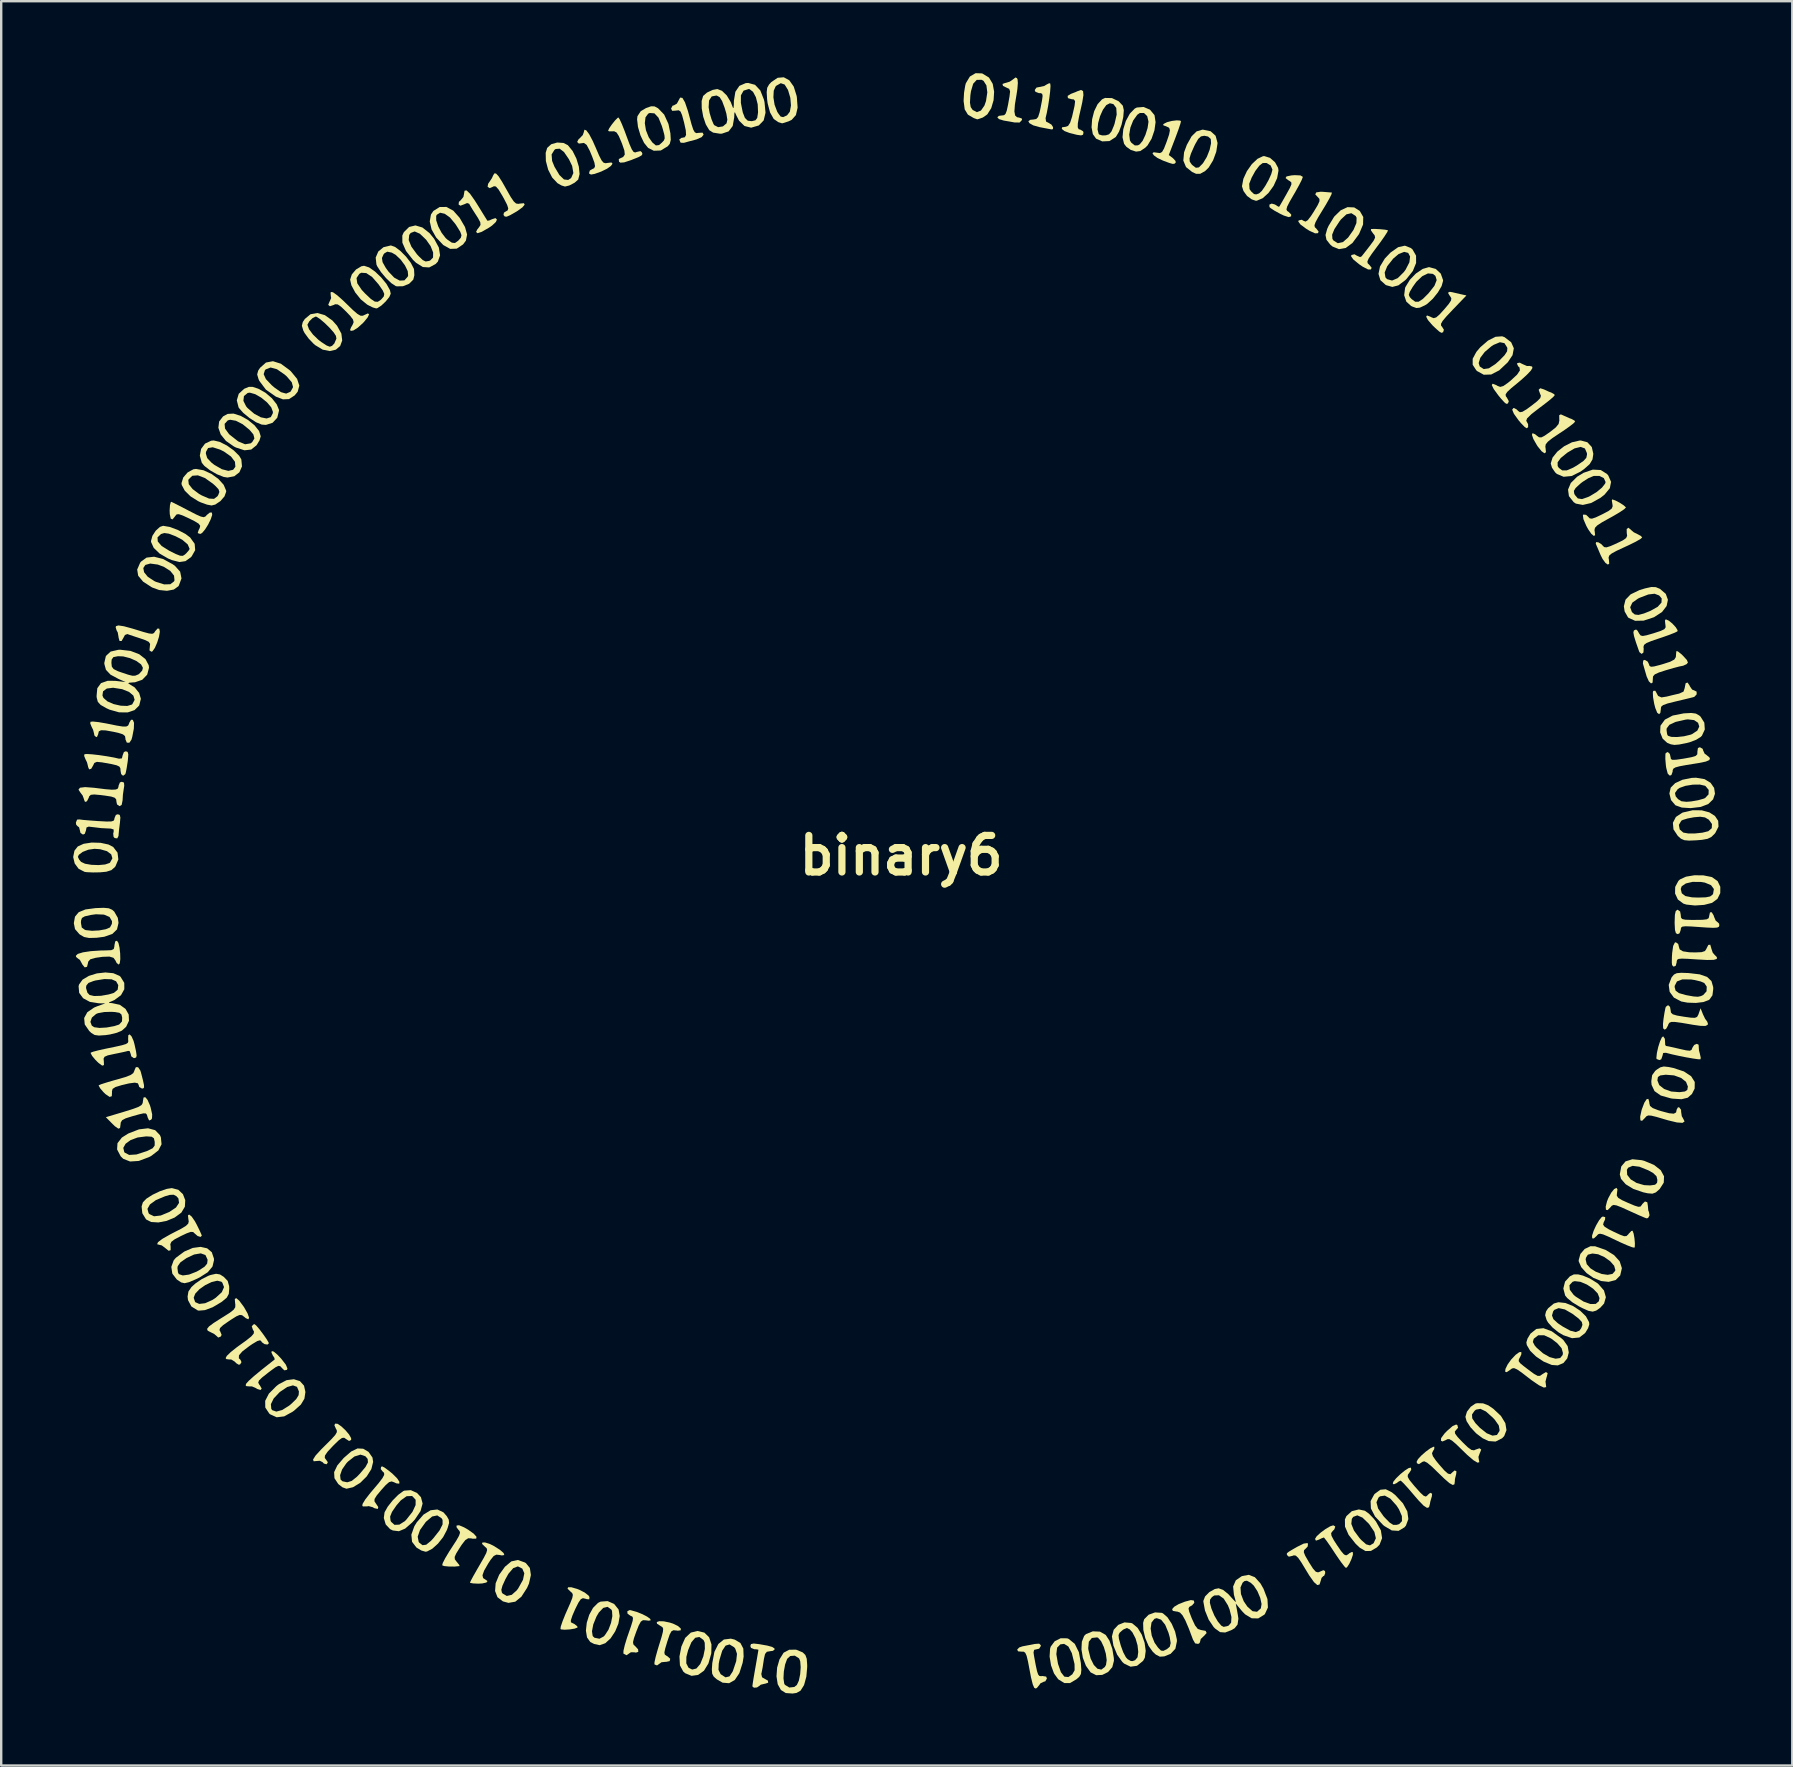
<source format=kicad_pcb>
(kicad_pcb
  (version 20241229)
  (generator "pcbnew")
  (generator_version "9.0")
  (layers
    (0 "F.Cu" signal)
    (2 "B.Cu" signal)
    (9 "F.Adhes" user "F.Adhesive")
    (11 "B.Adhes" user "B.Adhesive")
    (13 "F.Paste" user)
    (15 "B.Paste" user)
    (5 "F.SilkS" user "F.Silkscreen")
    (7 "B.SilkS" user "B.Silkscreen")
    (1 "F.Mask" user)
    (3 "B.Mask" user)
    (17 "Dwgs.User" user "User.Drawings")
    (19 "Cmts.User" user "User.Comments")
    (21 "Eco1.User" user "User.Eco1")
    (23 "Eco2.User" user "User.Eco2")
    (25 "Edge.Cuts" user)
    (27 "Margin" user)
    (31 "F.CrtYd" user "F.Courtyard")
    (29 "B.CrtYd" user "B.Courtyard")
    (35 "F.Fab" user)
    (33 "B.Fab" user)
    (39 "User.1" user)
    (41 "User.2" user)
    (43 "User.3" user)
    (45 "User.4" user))
  (footprint "binary6"
    (layer "F.Cu")
    (at 34.481 34.431)
    (property "Reference" "binary6" (at 0.025 -1.829 0) (layer "F.SilkS") (effects (font (size 1.524 1.524) (thickness 0.3))))
    (attr board_only exclude_from_pos_files exclude_from_bom)
    (fp_poly (pts (xy -31.383 8.357) (xy -31.285 8.577) (xy -31.251 8.685) (xy -31.189 8.964) (xy -31.196 9.128) (xy -31.232 9.185) (xy -31.316 9.217) (xy -31.375 9.095) (xy -31.376 9.091) (xy -31.407 8.98) (xy -31.453 8.924) (xy -31.553 8.92) (xy -31.744 8.964) (xy -32.014 9.04) (xy -32.293 9.127) (xy -32.442 9.207) (xy -32.5 9.305) (xy -32.507 9.379) (xy -32.527 9.532) (xy -32.6 9.558) (xy -32.746 9.454) (xy -32.876 9.327) (xy -33.119 9.08) (xy -32.347 8.849) (xy -31.986 8.736) (xy -31.759 8.651) (xy -31.634 8.575) (xy -31.584 8.492) (xy -31.575 8.414) (xy -31.548 8.26) (xy -31.477 8.246)) (stroke (width 0) (type solid)) (fill yes) (layer "F.SilkS"))
    (fp_poly (pts (xy 22.992 -25.303) (xy 23.13 -25.27) (xy 23.331 -25.224) (xy 23.585 -25.167) (xy 23.011 -24.57) (xy 22.748 -24.29) (xy 22.591 -24.103) (xy 22.524 -23.983) (xy 22.531 -23.905) (xy 22.566 -23.867) (xy 22.646 -23.739) (xy 22.613 -23.634) (xy 22.539 -23.61) (xy 22.449 -23.666) (xy 22.287 -23.81) (xy 22.161 -23.933) (xy 21.982 -24.142) (xy 21.908 -24.281) (xy 21.941 -24.334) (xy 22.085 -24.281) (xy 22.119 -24.261) (xy 22.221 -24.221) (xy 22.326 -24.253) (xy 22.468 -24.377) (xy 22.655 -24.583) (xy 22.849 -24.813) (xy 22.944 -24.958) (xy 22.956 -25.055) (xy 22.899 -25.144) (xy 22.889 -25.155) (xy 22.815 -25.279) (xy 22.888 -25.319)) (stroke (width 0) (type solid)) (fill yes) (layer "F.SilkS"))
    (fp_poly (pts (xy -32.595 1.817) (xy -32.55 2.012) (xy -32.523 2.255) (xy -32.517 2.491) (xy -32.539 2.664) (xy -32.582 2.721) (xy -32.671 2.651) (xy -32.718 2.552) (xy -32.8 2.438) (xy -32.969 2.387) (xy -33.252 2.396) (xy -33.544 2.437) (xy -33.77 2.501) (xy -33.858 2.605) (xy -33.861 2.642) (xy -33.904 2.812) (xy -34 2.837) (xy -34.102 2.711) (xy -34.114 2.684) (xy -34.202 2.524) (xy -34.283 2.467) (xy -34.362 2.399) (xy -34.369 2.352) (xy -34.29 2.275) (xy -34.071 2.209) (xy -33.742 2.16) (xy -33.333 2.133) (xy -33.121 2.129) (xy -32.894 2.119) (xy -32.79 2.07) (xy -32.762 1.955) (xy -32.761 1.91) (xy -32.727 1.75) (xy -32.655 1.726)) (stroke (width 0) (type solid)) (fill yes) (layer "F.SilkS"))
    (fp_poly (pts (xy -18.192 26.173) (xy -18.025 26.269) (xy -17.788 26.437) (xy -17.672 26.568) (xy -17.683 26.644) (xy -17.828 26.648) (xy -17.894 26.634) (xy -18.019 26.629) (xy -18.137 26.705) (xy -18.281 26.889) (xy -18.365 27.017) (xy -18.516 27.259) (xy -18.582 27.406) (xy -18.575 27.506) (xy -18.503 27.603) (xy -18.492 27.616) (xy -18.393 27.74) (xy -18.376 27.788) (xy -18.587 27.809) (xy -18.824 27.807) (xy -19.018 27.788) (xy -19.103 27.756) (xy -19.078 27.66) (xy -18.976 27.46) (xy -18.814 27.19) (xy -18.715 27.036) (xy -18.514 26.726) (xy -18.399 26.523) (xy -18.358 26.398) (xy -18.381 26.321) (xy -18.419 26.285) (xy -18.506 26.166) (xy -18.5 26.097) (xy -18.399 26.087)) (stroke (width 0) (type solid)) (fill yes) (layer "F.SilkS"))
    (fp_poly (pts (xy -17.122 26.865) (xy -16.946 26.952) (xy -16.69 27.115) (xy -16.542 27.246) (xy -16.514 27.328) (xy -16.615 27.345) (xy -16.704 27.327) (xy -16.843 27.312) (xy -16.956 27.369) (xy -17.084 27.528) (xy -17.18 27.675) (xy -17.353 27.975) (xy -17.423 28.171) (xy -17.396 28.289) (xy -17.31 28.344) (xy -17.211 28.413) (xy -17.261 28.474) (xy -17.436 28.513) (xy -17.603 28.521) (xy -17.816 28.511) (xy -17.935 28.487) (xy -17.944 28.477) (xy -17.904 28.389) (xy -17.797 28.19) (xy -17.641 27.917) (xy -17.553 27.764) (xy -17.37 27.448) (xy -17.265 27.244) (xy -17.229 27.12) (xy -17.25 27.043) (xy -17.32 26.981) (xy -17.44 26.865) (xy -17.428 26.806) (xy -17.312 26.805)) (stroke (width 0) (type solid)) (fill yes) (layer "F.SilkS"))
    (fp_poly (pts (xy -8.174 30.562) (xy -7.977 30.756) (xy -7.879 31.052) (xy -7.887 31.426) (xy -8.006 31.847) (xy -8.192 32.15) (xy -8.437 32.325) (xy -8.71 32.363) (xy -8.976 32.253) (xy -9.054 32.185) (xy -9.193 31.928) (xy -9.198 31.842) (xy -8.929 31.842) (xy -8.835 32.024) (xy -8.682 32.102) (xy -8.507 32.058) (xy -8.348 31.872) (xy -8.344 31.865) (xy -8.217 31.548) (xy -8.154 31.237) (xy -8.16 30.983) (xy -8.208 30.872) (xy -8.384 30.743) (xy -8.556 30.776) (xy -8.715 30.962) (xy -8.852 31.292) (xy -8.925 31.575) (xy -8.929 31.842) (xy -9.198 31.842) (xy -9.213 31.556) (xy -9.133 31.142) (xy -8.973 30.781) (xy -8.74 30.561) (xy -8.461 30.492)) (stroke (width 0) (type solid)) (fill yes) (layer "F.SilkS"))
    (fp_poly (pts (xy 7.608 -33.684) (xy 7.623 -33.519) (xy 7.575 -33.219) (xy 7.532 -33.026) (xy 7.438 -32.614) (xy 7.39 -32.338) (xy 7.386 -32.174) (xy 7.425 -32.096) (xy 7.498 -32.077) (xy 7.61 -32.009) (xy 7.625 -31.95) (xy 7.606 -31.867) (xy 7.526 -31.838) (xy 7.351 -31.862) (xy 7.049 -31.937) (xy 6.833 -32.019) (xy 6.722 -32.107) (xy 6.732 -32.175) (xy 6.879 -32.197) (xy 6.885 -32.197) (xy 6.982 -32.233) (xy 7.068 -32.365) (xy 7.15 -32.617) (xy 7.24 -33.012) (xy 7.254 -33.076) (xy 7.276 -33.263) (xy 7.226 -33.336) (xy 7.128 -33.347) (xy 6.976 -33.391) (xy 6.965 -33.484) (xy 7.096 -33.567) (xy 7.3 -33.645) (xy 7.371 -33.678) (xy 7.525 -33.732)) (stroke (width 0) (type solid)) (fill yes) (layer "F.SilkS"))
    (fp_poly (pts (xy 17.595 -29.487) (xy 17.818 -29.469) (xy 17.964 -29.458) (xy 17.977 -29.457) (xy 17.963 -29.389) (xy 17.874 -29.209) (xy 17.726 -28.948) (xy 17.61 -28.758) (xy 17.413 -28.435) (xy 17.298 -28.224) (xy 17.252 -28.093) (xy 17.267 -28.013) (xy 17.329 -27.953) (xy 17.424 -27.831) (xy 17.399 -27.762) (xy 17.277 -27.756) (xy 17.049 -27.86) (xy 16.912 -27.944) (xy 16.666 -28.126) (xy 16.577 -28.251) (xy 16.592 -28.293) (xy 16.721 -28.324) (xy 16.799 -28.277) (xy 16.88 -28.246) (xy 16.974 -28.305) (xy 17.105 -28.476) (xy 17.228 -28.666) (xy 17.387 -28.932) (xy 17.461 -29.095) (xy 17.459 -29.192) (xy 17.406 -29.25) (xy 17.286 -29.378) (xy 17.324 -29.462) (xy 17.511 -29.49)) (stroke (width 0) (type solid)) (fill yes) (layer "F.SilkS"))
    (fp_poly (pts (xy 23.207 21.91) (xy 23.236 22.022) (xy 23.161 22.11) (xy 23.101 22.183) (xy 23.116 22.273) (xy 23.221 22.413) (xy 23.423 22.625) (xy 23.645 22.84) (xy 23.793 22.947) (xy 23.901 22.964) (xy 23.974 22.932) (xy 24.13 22.879) (xy 24.202 22.934) (xy 24.151 23.064) (xy 24.146 23.071) (xy 24.086 23.237) (xy 24.097 23.318) (xy 24.123 23.46) (xy 24.046 23.478) (xy 23.876 23.375) (xy 23.619 23.156) (xy 23.437 22.979) (xy 23.168 22.717) (xy 22.988 22.562) (xy 22.869 22.496) (xy 22.783 22.503) (xy 22.74 22.531) (xy 22.588 22.595) (xy 22.523 22.563) (xy 22.53 22.456) (xy 22.667 22.269) (xy 22.781 22.152) (xy 23.009 21.954) (xy 23.155 21.889)) (stroke (width 0) (type solid)) (fill yes) (layer "F.SilkS"))
    (fp_poly (pts (xy 27.671 -20.145) (xy 27.878 -20.052) (xy 27.966 -20.021) (xy 28.091 -19.951) (xy 28.113 -19.909) (xy 28.047 -19.836) (xy 27.869 -19.698) (xy 27.612 -19.518) (xy 27.473 -19.427) (xy 27.165 -19.22) (xy 26.979 -19.073) (xy 26.89 -18.962) (xy 26.874 -18.86) (xy 26.882 -18.818) (xy 26.9 -18.636) (xy 26.84 -18.589) (xy 26.719 -18.673) (xy 26.552 -18.881) (xy 26.521 -18.929) (xy 26.376 -19.182) (xy 26.316 -19.355) (xy 26.339 -19.428) (xy 26.448 -19.383) (xy 26.511 -19.33) (xy 26.609 -19.257) (xy 26.706 -19.251) (xy 26.849 -19.324) (xy 27.074 -19.481) (xy 27.31 -19.668) (xy 27.428 -19.813) (xy 27.458 -19.958) (xy 27.455 -19.999) (xy 27.452 -20.176) (xy 27.521 -20.212)) (stroke (width 0) (type solid)) (fill yes) (layer "F.SilkS"))
    (fp_poly (pts (xy 29.782 -16.628) (xy 29.961 -16.536) (xy 30.13 -16.428) (xy 30.226 -16.342) (xy 30.231 -16.329) (xy 30.162 -16.259) (xy 29.975 -16.133) (xy 29.706 -15.974) (xy 29.557 -15.892) (xy 29.235 -15.713) (xy 29.039 -15.585) (xy 28.944 -15.485) (xy 28.922 -15.39) (xy 28.931 -15.336) (xy 28.948 -15.175) (xy 28.894 -15.146) (xy 28.79 -15.234) (xy 28.656 -15.428) (xy 28.582 -15.563) (xy 28.461 -15.844) (xy 28.439 -16.006) (xy 28.46 -16.037) (xy 28.574 -16.023) (xy 28.654 -15.949) (xy 28.723 -15.877) (xy 28.816 -15.864) (xy 28.974 -15.917) (xy 29.238 -16.042) (xy 29.501 -16.18) (xy 29.639 -16.283) (xy 29.681 -16.384) (xy 29.669 -16.472) (xy 29.645 -16.621) (xy 29.659 -16.668)) (stroke (width 0) (type solid)) (fill yes) (layer "F.SilkS"))
    (fp_poly (pts (xy 31.205 8.447) (xy 31.207 8.496) (xy 31.237 8.61) (xy 31.347 8.699) (xy 31.574 8.788) (xy 31.708 8.829) (xy 32.032 8.915) (xy 32.227 8.934) (xy 32.323 8.882) (xy 32.348 8.763) (xy 32.401 8.669) (xy 32.454 8.671) (xy 32.531 8.772) (xy 32.533 8.853) (xy 32.561 9.04) (xy 32.61 9.123) (xy 32.677 9.257) (xy 32.593 9.316) (xy 32.361 9.3) (xy 31.982 9.209) (xy 31.85 9.17) (xy 31.508 9.069) (xy 31.291 9.016) (xy 31.162 9.008) (xy 31.085 9.043) (xy 31.03 9.106) (xy 30.906 9.232) (xy 30.836 9.212) (xy 30.826 9.061) (xy 30.883 8.795) (xy 30.897 8.747) (xy 30.999 8.479) (xy 31.094 8.331) (xy 31.168 8.317)) (stroke (width 0) (type solid)) (fill yes) (layer "F.SilkS"))
    (fp_poly (pts (xy -31.774 6.999) (xy -31.682 7.137) (xy -31.657 7.214) (xy -31.572 7.544) (xy -31.53 7.743) (xy -31.528 7.845) (xy -31.565 7.881) (xy -31.616 7.886) (xy -31.729 7.819) (xy -31.745 7.759) (xy -31.783 7.669) (xy -31.912 7.64) (xy -32.156 7.672) (xy -32.464 7.746) (xy -32.717 7.823) (xy -32.839 7.901) (xy -32.866 8.005) (xy -32.863 8.033) (xy -32.871 8.206) (xy -32.963 8.235) (xy -33.133 8.12) (xy -33.215 8.041) (xy -33.356 7.877) (xy -33.417 7.766) (xy -33.413 7.748) (xy -33.316 7.707) (xy -33.096 7.636) (xy -32.794 7.547) (xy -32.663 7.511) (xy -32.311 7.409) (xy -32.093 7.325) (xy -31.977 7.244) (xy -31.931 7.147) (xy -31.929 7.132) (xy -31.868 6.994)) (stroke (width 0) (type solid)) (fill yes) (layer "F.SilkS"))
    (fp_poly (pts (xy 12.226 29.225) (xy 12.244 29.319) (xy 12.152 29.425) (xy 12.122 29.441) (xy 12.033 29.491) (xy 12.003 29.562) (xy 12.034 29.696) (xy 12.127 29.937) (xy 12.146 29.984) (xy 12.276 30.263) (xy 12.39 30.409) (xy 12.515 30.452) (xy 12.516 30.452) (xy 12.714 30.488) (xy 12.759 30.577) (xy 12.643 30.706) (xy 12.635 30.711) (xy 12.512 30.829) (xy 12.492 30.912) (xy 12.465 30.996) (xy 12.404 31.032) (xy 12.279 31.01) (xy 12.188 30.851) (xy 12.011 30.381) (xy 11.87 30.052) (xy 11.753 29.841) (xy 11.647 29.726) (xy 11.54 29.686) (xy 11.521 29.686) (xy 11.35 29.656) (xy 11.319 29.584) (xy 11.406 29.484) (xy 11.592 29.374) (xy 11.857 29.27) (xy 12.102 29.205)) (stroke (width 0) (type solid)) (fill yes) (layer "F.SilkS"))
    (fp_poly (pts (xy 21.272 -27.143) (xy 21.341 -27.082) (xy 21.486 -26.827) (xy 21.488 -26.52) (xy 21.351 -26.186) (xy 21.082 -25.848) (xy 21.031 -25.8) (xy 20.749 -25.588) (xy 20.497 -25.523) (xy 20.239 -25.596) (xy 20.22 -25.606) (xy 19.999 -25.804) (xy 19.92 -26.067) (xy 19.932 -26.123) (xy 20.178 -26.123) (xy 20.21 -25.92) (xy 20.279 -25.846) (xy 20.486 -25.789) (xy 20.722 -25.889) (xy 20.972 -26.137) (xy 21.049 -26.24) (xy 21.209 -26.55) (xy 21.237 -26.791) (xy 21.157 -26.942) (xy 20.991 -26.984) (xy 20.761 -26.895) (xy 20.532 -26.701) (xy 20.286 -26.389) (xy 20.178 -26.123) (xy 19.932 -26.123) (xy 19.983 -26.373) (xy 20.182 -26.703) (xy 20.42 -26.954) (xy 20.74 -27.179) (xy 21.022 -27.242)) (stroke (width 0) (type solid)) (fill yes) (layer "F.SilkS"))
    (fp_poly (pts (xy 22.248 22.819) (xy 22.242 22.914) (xy 22.191 22.995) (xy 22.15 23.087) (xy 22.186 23.207) (xy 22.314 23.393) (xy 22.441 23.548) (xy 22.665 23.803) (xy 22.815 23.935) (xy 22.916 23.96) (xy 22.991 23.89) (xy 22.992 23.888) (xy 23.095 23.802) (xy 23.169 23.839) (xy 23.159 23.951) (xy 23.107 24.159) (xy 23.103 24.246) (xy 23.087 24.378) (xy 23.017 24.409) (xy 22.878 24.332) (xy 22.654 24.138) (xy 22.417 23.907) (xy 22.139 23.638) (xy 21.95 23.481) (xy 21.828 23.421) (xy 21.751 23.444) (xy 21.749 23.446) (xy 21.605 23.542) (xy 21.521 23.501) (xy 21.511 23.436) (xy 21.568 23.329) (xy 21.712 23.176) (xy 21.896 23.015) (xy 22.078 22.882) (xy 22.211 22.815)) (stroke (width 0) (type solid)) (fill yes) (layer "F.SilkS"))
    (fp_poly (pts (xy 26.815 -21.252) (xy 27.021 -21.157) (xy 27.12 -21.121) (xy 27.244 -21.052) (xy 27.265 -21.009) (xy 27.2 -20.934) (xy 27.028 -20.786) (xy 26.778 -20.592) (xy 26.63 -20.482) (xy 26.297 -20.224) (xy 26.113 -20.044) (xy 26.077 -19.942) (xy 26.082 -19.936) (xy 26.155 -19.804) (xy 26.156 -19.677) (xy 26.097 -19.631) (xy 26.007 -19.692) (xy 25.857 -19.847) (xy 25.758 -19.965) (xy 25.563 -20.236) (xy 25.492 -20.408) (xy 25.547 -20.477) (xy 25.564 -20.478) (xy 25.675 -20.42) (xy 25.741 -20.354) (xy 25.815 -20.301) (xy 25.921 -20.32) (xy 26.094 -20.424) (xy 26.298 -20.573) (xy 26.539 -20.763) (xy 26.662 -20.89) (xy 26.69 -20.987) (xy 26.653 -21.074) (xy 26.595 -21.237) (xy 26.664 -21.3)) (stroke (width 0) (type solid)) (fill yes) (layer "F.SilkS"))
    (fp_poly (pts (xy -30.739 -14.185) (xy -30.335 -13.966) (xy -30.242 -13.9) (xy -30.023 -13.655) (xy -29.967 -13.375) (xy -30.078 -13.076) (xy -30.099 -13.046) (xy -30.287 -12.911) (xy -30.572 -12.858) (xy -30.899 -12.891) (xy -31.194 -12.998) (xy -31.567 -13.24) (xy -31.772 -13.486) (xy -31.814 -13.745) (xy -31.786 -13.807) (xy -31.559 -13.807) (xy -31.526 -13.632) (xy -31.371 -13.441) (xy -31.091 -13.259) (xy -31.029 -13.231) (xy -30.69 -13.125) (xy -30.433 -13.132) (xy -30.278 -13.25) (xy -30.258 -13.297) (xy -30.278 -13.492) (xy -30.435 -13.688) (xy -30.702 -13.858) (xy -30.953 -13.951) (xy -31.269 -13.994) (xy -31.472 -13.937) (xy -31.559 -13.807) (xy -31.786 -13.807) (xy -31.694 -14.021) (xy -31.654 -14.074) (xy -31.422 -14.242) (xy -31.109 -14.278)) (stroke (width 0) (type solid)) (fill yes) (layer "F.SilkS"))
    (fp_poly (pts (xy -29.545 13.22) (xy -29.41 13.414) (xy -29.333 13.556) (xy -29.216 13.794) (xy -29.139 13.966) (xy -29.12 14.021) (xy -29.175 14.07) (xy -29.294 14.033) (xy -29.411 13.932) (xy -29.411 13.932) (xy -29.481 13.866) (xy -29.581 13.86) (xy -29.753 13.921) (xy -29.99 14.033) (xy -30.253 14.171) (xy -30.39 14.275) (xy -30.433 14.375) (xy -30.421 14.464) (xy -30.419 14.622) (xy -30.503 14.648) (xy -30.643 14.534) (xy -30.644 14.532) (xy -30.788 14.424) (xy -30.866 14.405) (xy -30.982 14.375) (xy -30.946 14.289) (xy -30.763 14.15) (xy -30.439 13.966) (xy -30.304 13.896) (xy -29.981 13.73) (xy -29.785 13.612) (xy -29.688 13.518) (xy -29.665 13.426) (xy -29.678 13.345) (xy -29.698 13.174) (xy -29.647 13.137)) (stroke (width 0) (type solid)) (fill yes) (layer "F.SilkS"))
    (fp_poly (pts (xy -27.561 16.727) (xy -27.379 16.971) (xy -27.357 17.004) (xy -27.213 17.258) (xy -27.152 17.431) (xy -27.176 17.504) (xy -27.285 17.457) (xy -27.35 17.404) (xy -27.444 17.332) (xy -27.54 17.321) (xy -27.68 17.38) (xy -27.906 17.522) (xy -27.983 17.573) (xy -28.234 17.748) (xy -28.36 17.866) (xy -28.384 17.954) (xy -28.351 18.012) (xy -28.294 18.155) (xy -28.335 18.226) (xy -28.438 18.264) (xy -28.484 18.217) (xy -28.604 18.115) (xy -28.757 18.039) (xy -28.874 17.978) (xy -28.901 17.904) (xy -28.821 17.802) (xy -28.623 17.654) (xy -28.291 17.443) (xy -28.238 17.411) (xy -27.957 17.233) (xy -27.796 17.107) (xy -27.727 17.002) (xy -27.723 16.886) (xy -27.731 16.839) (xy -27.745 16.658) (xy -27.685 16.621)) (stroke (width 0) (type solid)) (fill yes) (layer "F.SilkS"))
    (fp_poly (pts (xy -26.119 18.852) (xy -25.966 18.981) (xy -25.812 19.144) (xy -25.617 19.396) (xy -25.552 19.555) (xy -25.572 19.61) (xy -25.681 19.631) (xy -25.779 19.536) (xy -25.849 19.458) (xy -25.928 19.444) (xy -26.052 19.505) (xy -26.258 19.655) (xy -26.368 19.739) (xy -26.611 19.932) (xy -26.738 20.056) (xy -26.769 20.144) (xy -26.726 20.226) (xy -26.704 20.251) (xy -26.625 20.39) (xy -26.672 20.45) (xy -26.814 20.406) (xy -26.864 20.372) (xy -27.032 20.299) (xy -27.13 20.301) (xy -27.262 20.289) (xy -27.293 20.258) (xy -27.275 20.191) (xy -27.163 20.066) (xy -26.948 19.872) (xy -26.618 19.6) (xy -26.163 19.24) (xy -26.081 19.176) (xy -26.1 19.101) (xy -26.157 19.019) (xy -26.219 18.887) (xy -26.203 18.827)) (stroke (width 0) (type solid)) (fill yes) (layer "F.SilkS"))
    (fp_poly (pts (xy -23.655 -25.301) (xy -23.476 -25.174) (xy -23.22 -24.946) (xy -23.098 -24.827) (xy -22.822 -24.559) (xy -22.634 -24.398) (xy -22.507 -24.324) (xy -22.412 -24.321) (xy -22.355 -24.348) (xy -22.198 -24.419) (xy -22.149 -24.382) (xy -22.205 -24.257) (xy -22.363 -24.062) (xy -22.405 -24.018) (xy -22.621 -23.823) (xy -22.801 -23.709) (xy -22.915 -23.69) (xy -22.939 -23.738) (xy -22.9 -23.836) (xy -22.835 -23.948) (xy -22.792 -24.055) (xy -22.82 -24.166) (xy -22.94 -24.322) (xy -23.101 -24.491) (xy -23.315 -24.697) (xy -23.456 -24.794) (xy -23.563 -24.801) (xy -23.624 -24.771) (xy -23.783 -24.718) (xy -23.852 -24.775) (xy -23.797 -24.91) (xy -23.791 -24.917) (xy -23.729 -25.061) (xy -23.742 -25.131) (xy -23.755 -25.276) (xy -23.738 -25.312)) (stroke (width 0) (type solid)) (fill yes) (layer "F.SilkS"))
    (fp_poly (pts (xy -23.464 21.858) (xy -23.309 21.963) (xy -23.136 22.124) (xy -22.985 22.302) (xy -22.897 22.456) (xy -22.896 22.531) (xy -22.983 22.575) (xy -23.101 22.498) (xy -23.187 22.439) (xy -23.278 22.449) (xy -23.409 22.543) (xy -23.614 22.741) (xy -23.66 22.788) (xy -23.881 23.025) (xy -23.987 23.18) (xy -23.996 23.279) (xy -23.973 23.311) (xy -23.883 23.436) (xy -23.871 23.481) (xy -23.924 23.546) (xy -24.031 23.516) (xy -24.087 23.457) (xy -24.205 23.399) (xy -24.304 23.407) (xy -24.458 23.421) (xy -24.484 23.349) (xy -24.381 23.184) (xy -24.144 22.925) (xy -23.98 22.762) (xy -23.715 22.498) (xy -23.558 22.322) (xy -23.491 22.204) (xy -23.497 22.12) (xy -23.528 22.072) (xy -23.594 21.919) (xy -23.563 21.852)) (stroke (width 0) (type solid)) (fill yes) (layer "F.SilkS"))
    (fp_poly (pts (xy -22.394 22.898) (xy -22.173 23.028) (xy -22.008 23.264) (xy -21.98 23.446) (xy -22.054 23.746) (xy -22.246 24.05) (xy -22.515 24.317) (xy -22.819 24.502) (xy -23.09 24.565) (xy -23.258 24.506) (xy -23.433 24.369) (xy -23.592 24.126) (xy -23.599 23.999) (xy -23.356 23.999) (xy -23.337 24.181) (xy -23.257 24.255) (xy -23.059 24.297) (xy -22.871 24.239) (xy -22.653 24.063) (xy -22.527 23.932) (xy -22.3 23.662) (xy -22.196 23.468) (xy -22.209 23.321) (xy -22.303 23.211) (xy -22.508 23.143) (xy -22.757 23.22) (xy -23.029 23.433) (xy -23.099 23.509) (xy -23.274 23.762) (xy -23.356 23.999) (xy -23.599 23.999) (xy -23.606 23.873) (xy -23.472 23.592) (xy -23.206 23.283) (xy -22.893 23.012) (xy -22.631 22.886)) (stroke (width 0) (type solid)) (fill yes) (layer "F.SilkS"))
    (fp_poly (pts (xy -21.502 23.685) (xy -21.323 23.816) (xy -21.176 23.937) (xy -20.981 24.13) (xy -20.885 24.276) (xy -20.892 24.354) (xy -21.008 24.342) (xy -21.099 24.299) (xy -21.209 24.26) (xy -21.316 24.291) (xy -21.457 24.414) (xy -21.639 24.616) (xy -21.83 24.846) (xy -21.92 24.991) (xy -21.925 25.089) (xy -21.876 25.164) (xy -21.765 25.329) (xy -21.787 25.408) (xy -21.926 25.376) (xy -22 25.334) (xy -22.166 25.289) (xy -22.229 25.3) (xy -22.39 25.303) (xy -22.43 25.286) (xy -22.421 25.199) (xy -22.307 25.011) (xy -22.1 24.744) (xy -22.01 24.639) (xy -21.749 24.33) (xy -21.59 24.121) (xy -21.519 23.987) (xy -21.524 23.902) (xy -21.585 23.845) (xy -21.662 23.746) (xy -21.648 23.652) (xy -21.6 23.634)) (stroke (width 0) (type solid)) (fill yes) (layer "F.SilkS"))
    (fp_poly (pts (xy -19.927 -28) (xy -19.631 -27.767) (xy -19.436 -27.527) (xy -19.241 -27.163) (xy -19.19 -26.839) (xy -19.284 -26.575) (xy -19.379 -26.476) (xy -19.643 -26.335) (xy -19.908 -26.352) (xy -20.19 -26.528) (xy -20.32 -26.653) (xy -20.611 -27.024) (xy -20.761 -27.366) (xy -20.762 -27.478) (xy -20.498 -27.478) (xy -20.387 -27.203) (xy -20.157 -26.888) (xy -20.082 -26.806) (xy -19.912 -26.642) (xy -19.792 -26.583) (xy -19.657 -26.605) (xy -19.602 -26.625) (xy -19.483 -26.747) (xy -19.479 -26.957) (xy -19.583 -27.222) (xy -19.771 -27.49) (xy -20.032 -27.74) (xy -20.249 -27.835) (xy -20.416 -27.772) (xy -20.476 -27.689) (xy -20.498 -27.478) (xy -20.762 -27.478) (xy -20.764 -27.665) (xy -20.702 -27.803) (xy -20.48 -28.022) (xy -20.216 -28.086)) (stroke (width 0) (type solid)) (fill yes) (layer "F.SilkS"))
    (fp_poly (pts (xy -16.859 -30.25) (xy -16.755 -30.139) (xy -16.604 -29.903) (xy -16.419 -29.577) (xy -16.244 -29.269) (xy -16.119 -29.085) (xy -16.021 -28.999) (xy -15.922 -28.985) (xy -15.864 -28.996) (xy -15.698 -29.012) (xy -15.665 -28.953) (xy -15.758 -28.839) (xy -15.966 -28.688) (xy -16.025 -28.652) (xy -16.272 -28.511) (xy -16.415 -28.45) (xy -16.494 -28.458) (xy -16.547 -28.522) (xy -16.529 -28.618) (xy -16.468 -28.658) (xy -16.375 -28.711) (xy -16.348 -28.796) (xy -16.396 -28.946) (xy -16.524 -29.194) (xy -16.599 -29.329) (xy -16.754 -29.585) (xy -16.863 -29.708) (xy -16.947 -29.72) (xy -16.976 -29.702) (xy -17.123 -29.64) (xy -17.209 -29.694) (xy -17.188 -29.822) (xy -17.158 -29.863) (xy -17.031 -30.053) (xy -16.984 -30.156) (xy -16.931 -30.251)) (stroke (width 0) (type solid)) (fill yes) (layer "F.SilkS"))
    (fp_poly (pts (xy -15.655 27.639) (xy -15.613 27.665) (xy -15.448 27.868) (xy -15.405 28.161) (xy -15.485 28.517) (xy -15.564 28.696) (xy -15.802 29.066) (xy -16.057 29.273) (xy -16.34 29.322) (xy -16.57 29.26) (xy -16.797 29.087) (xy -16.898 28.827) (xy -16.894 28.778) (xy -16.637 28.778) (xy -16.614 28.89) (xy -16.586 28.93) (xy -16.41 29.034) (xy -16.203 28.987) (xy -15.992 28.798) (xy -15.934 28.719) (xy -15.735 28.362) (xy -15.679 28.089) (xy -15.763 27.895) (xy -15.765 27.893) (xy -15.948 27.801) (xy -16.142 27.875) (xy -16.343 28.111) (xy -16.468 28.337) (xy -16.592 28.609) (xy -16.637 28.778) (xy -16.894 28.778) (xy -16.874 28.507) (xy -16.728 28.151) (xy -16.487 27.817) (xy -16.22 27.593) (xy -15.948 27.534)) (stroke (width 0) (type solid)) (fill yes) (layer "F.SilkS"))
    (fp_poly (pts (xy -13.095 -32.047) (xy -12.976 -31.888) (xy -12.83 -31.612) (xy -12.705 -31.331) (xy -12.563 -31) (xy -12.461 -30.8) (xy -12.378 -30.702) (xy -12.291 -30.678) (xy -12.218 -30.69) (xy -12.047 -30.709) (xy -12.003 -30.66) (xy -12.069 -30.566) (xy -12.23 -30.45) (xy -12.468 -30.334) (xy -12.478 -30.33) (xy -12.749 -30.233) (xy -12.902 -30.206) (xy -12.974 -30.246) (xy -12.982 -30.262) (xy -12.949 -30.374) (xy -12.856 -30.428) (xy -12.766 -30.473) (xy -12.732 -30.554) (xy -12.758 -30.703) (xy -12.849 -30.95) (xy -12.957 -31.208) (xy -13.082 -31.442) (xy -13.194 -31.524) (xy -13.238 -31.518) (xy -13.407 -31.497) (xy -13.477 -31.565) (xy -13.417 -31.679) (xy -13.378 -31.71) (xy -13.243 -31.851) (xy -13.203 -31.962) (xy -13.174 -32.076)) (stroke (width 0) (type solid)) (fill yes) (layer "F.SilkS"))
    (fp_poly (pts (xy 11.655 -32.456) (xy 11.689 -32.425) (xy 11.66 -32.312) (xy 11.584 -32.084) (xy 11.474 -31.785) (xy 11.435 -31.681) (xy 11.18 -31.02) (xy 11.354 -30.889) (xy 11.463 -30.772) (xy 11.467 -30.698) (xy 11.413 -30.656) (xy 11.337 -30.651) (xy 11.194 -30.693) (xy 10.939 -30.788) (xy 10.934 -30.79) (xy 10.708 -30.898) (xy 10.557 -31.008) (xy 10.5 -31.095) (xy 10.553 -31.135) (xy 10.694 -31.116) (xy 10.813 -31.101) (xy 10.899 -31.147) (xy 10.981 -31.289) (xy 11.085 -31.557) (xy 11.094 -31.581) (xy 11.193 -31.873) (xy 11.227 -32.047) (xy 11.202 -32.142) (xy 11.169 -32.171) (xy 11.019 -32.237) (xy 10.974 -32.245) (xy 10.942 -32.284) (xy 10.974 -32.321) (xy 11.107 -32.389) (xy 11.306 -32.44) (xy 11.509 -32.465)) (stroke (width 0) (type solid)) (fill yes) (layer "F.SilkS"))
    (fp_poly (pts (xy 18.908 -28.836) (xy 19.14 -28.69) (xy 19.285 -28.438) (xy 19.277 -28.123) (xy 19.116 -27.741) (xy 19.101 -27.715) (xy 18.835 -27.354) (xy 18.555 -27.147) (xy 18.274 -27.097) (xy 18.002 -27.208) (xy 17.908 -27.289) (xy 17.752 -27.488) (xy 17.712 -27.687) (xy 17.715 -27.699) (xy 17.988 -27.699) (xy 18 -27.527) (xy 18.043 -27.459) (xy 18.225 -27.345) (xy 18.437 -27.391) (xy 18.652 -27.578) (xy 18.878 -27.898) (xy 19 -28.184) (xy 19.008 -28.407) (xy 18.97 -28.479) (xy 18.79 -28.596) (xy 18.584 -28.548) (xy 18.356 -28.336) (xy 18.297 -28.258) (xy 18.084 -27.934) (xy 17.988 -27.699) (xy 17.715 -27.699) (xy 17.783 -27.942) (xy 17.839 -28.066) (xy 18.074 -28.452) (xy 18.345 -28.716) (xy 18.63 -28.848)) (stroke (width 0) (type solid)) (fill yes) (layer "F.SilkS"))
    (fp_poly (pts (xy 19.992 -27.928) (xy 20.195 -27.908) (xy 20.31 -27.884) (xy 20.316 -27.88) (xy 20.283 -27.804) (xy 20.167 -27.624) (xy 19.989 -27.372) (xy 19.864 -27.204) (xy 19.642 -26.904) (xy 19.51 -26.707) (xy 19.457 -26.585) (xy 19.47 -26.508) (xy 19.535 -26.446) (xy 19.535 -26.446) (xy 19.634 -26.323) (xy 19.606 -26.251) (xy 19.485 -26.251) (xy 19.263 -26.366) (xy 19.113 -26.469) (xy 18.871 -26.668) (xy 18.778 -26.801) (xy 18.792 -26.853) (xy 18.92 -26.884) (xy 19.013 -26.828) (xy 19.152 -26.767) (xy 19.213 -26.793) (xy 19.299 -26.9) (xy 19.448 -27.091) (xy 19.558 -27.233) (xy 19.715 -27.446) (xy 19.779 -27.576) (xy 19.761 -27.67) (xy 19.687 -27.763) (xy 19.602 -27.885) (xy 19.614 -27.937) (xy 19.775 -27.94)) (stroke (width 0) (type solid)) (fill yes) (layer "F.SilkS"))
    (fp_poly (pts (xy 21.285 23.776) (xy 21.211 23.891) (xy 21.143 23.983) (xy 21.14 24.075) (xy 21.216 24.207) (xy 21.387 24.416) (xy 21.438 24.476) (xy 21.66 24.725) (xy 21.804 24.858) (xy 21.895 24.891) (xy 21.961 24.842) (xy 21.976 24.819) (xy 22.079 24.734) (xy 22.154 24.771) (xy 22.144 24.883) (xy 22.08 25.1) (xy 22.064 25.195) (xy 22.027 25.335) (xy 21.945 25.364) (xy 21.804 25.273) (xy 21.592 25.055) (xy 21.39 24.82) (xy 21.167 24.559) (xy 20.983 24.356) (xy 20.865 24.242) (xy 20.839 24.226) (xy 20.737 24.279) (xy 20.682 24.327) (xy 20.564 24.38) (xy 20.517 24.36) (xy 20.537 24.275) (xy 20.655 24.129) (xy 20.829 23.961) (xy 21.018 23.807) (xy 21.18 23.703) (xy 21.272 23.685)) (stroke (width 0) (type solid)) (fill yes) (layer "F.SilkS"))
    (fp_poly (pts (xy 25.174 -23.429) (xy 25.45 -23.217) (xy 25.561 -22.966) (xy 25.507 -22.679) (xy 25.308 -22.381) (xy 24.952 -22.046) (xy 24.617 -21.873) (xy 24.308 -21.863) (xy 24.029 -22.017) (xy 23.996 -22.048) (xy 23.846 -22.278) (xy 23.846 -22.349) (xy 24.095 -22.349) (xy 24.14 -22.207) (xy 24.307 -22.099) (xy 24.52 -22.131) (xy 24.793 -22.308) (xy 24.955 -22.452) (xy 25.176 -22.678) (xy 25.281 -22.84) (xy 25.291 -22.973) (xy 25.286 -22.994) (xy 25.169 -23.18) (xy 24.981 -23.218) (xy 24.716 -23.107) (xy 24.624 -23.047) (xy 24.346 -22.811) (xy 24.163 -22.568) (xy 24.095 -22.349) (xy 23.846 -22.349) (xy 23.846 -22.529) (xy 24 -22.816) (xy 24.162 -23.007) (xy 24.487 -23.288) (xy 24.8 -23.445) (xy 25.074 -23.465)) (stroke (width 0) (type solid)) (fill yes) (layer "F.SilkS"))
    (fp_poly (pts (xy 25.876 18.955) (xy 25.829 19.061) (xy 25.772 19.17) (xy 25.764 19.248) (xy 25.825 19.333) (xy 25.979 19.46) (xy 26.17 19.606) (xy 26.405 19.779) (xy 26.552 19.86) (xy 26.65 19.862) (xy 26.743 19.797) (xy 26.748 19.792) (xy 26.899 19.703) (xy 26.971 19.747) (xy 26.932 19.903) (xy 26.927 19.913) (xy 26.88 20.098) (xy 26.893 20.19) (xy 26.91 20.329) (xy 26.814 20.349) (xy 26.608 20.252) (xy 26.299 20.04) (xy 26.171 19.942) (xy 25.882 19.719) (xy 25.693 19.59) (xy 25.571 19.538) (xy 25.485 19.552) (xy 25.409 19.609) (xy 25.263 19.708) (xy 25.199 19.686) (xy 25.212 19.571) (xy 25.302 19.387) (xy 25.447 19.184) (xy 25.633 18.986) (xy 25.783 18.876) (xy 25.872 18.863)) (stroke (width 0) (type solid)) (fill yes) (layer "F.SilkS"))
    (fp_poly (pts (xy 25.928 -22.305) (xy 26.105 -22.228) (xy 26.219 -22.229) (xy 26.321 -22.206) (xy 26.337 -22.147) (xy 26.274 -22.041) (xy 26.107 -21.863) (xy 25.866 -21.644) (xy 25.738 -21.537) (xy 25.457 -21.306) (xy 25.291 -21.152) (xy 25.22 -21.05) (xy 25.225 -20.971) (xy 25.273 -20.907) (xy 25.351 -20.761) (xy 25.315 -20.664) (xy 25.243 -20.651) (xy 25.166 -20.714) (xy 25.024 -20.871) (xy 24.918 -20.999) (xy 24.723 -21.266) (xy 24.642 -21.432) (xy 24.676 -21.489) (xy 24.826 -21.432) (xy 24.887 -21.396) (xy 24.996 -21.356) (xy 25.124 -21.393) (xy 25.31 -21.522) (xy 25.436 -21.625) (xy 25.696 -21.866) (xy 25.814 -22.042) (xy 25.798 -22.166) (xy 25.742 -22.214) (xy 25.694 -22.316) (xy 25.706 -22.347) (xy 25.804 -22.367)) (stroke (width 0) (type solid)) (fill yes) (layer "F.SilkS"))
    (fp_poly (pts (xy 32.412 1.86) (xy 32.433 1.95) (xy 32.472 2.086) (xy 32.609 2.168) (xy 32.87 2.207) (xy 33.125 2.213) (xy 33.387 2.202) (xy 33.526 2.156) (xy 33.589 2.06) (xy 33.593 2.044) (xy 33.668 1.9) (xy 33.748 1.893) (xy 33.787 2.028) (xy 33.787 2.033) (xy 33.849 2.22) (xy 33.914 2.298) (xy 34.024 2.411) (xy 34.02 2.485) (xy 33.889 2.523) (xy 33.617 2.528) (xy 33.195 2.505) (xy 32.811 2.48) (xy 32.565 2.471) (xy 32.426 2.484) (xy 32.364 2.524) (xy 32.348 2.593) (xy 32.348 2.625) (xy 32.308 2.77) (xy 32.221 2.807) (xy 32.156 2.742) (xy 32.145 2.628) (xy 32.149 2.404) (xy 32.16 2.234) (xy 32.201 1.943) (xy 32.27 1.805) (xy 32.314 1.79)) (stroke (width 0) (type solid)) (fill yes) (layer "F.SilkS"))
    (fp_poly (pts (xy -32.369 -11.381) (xy -32.002 -11.281) (xy -31.891 -11.247) (xy -31.541 -11.139) (xy -31.319 -11.08) (xy -31.188 -11.066) (xy -31.116 -11.096) (xy -31.067 -11.166) (xy -31.057 -11.183) (xy -30.959 -11.289) (xy -30.892 -11.277) (xy -30.869 -11.154) (xy -30.905 -10.943) (xy -30.981 -10.699) (xy -31.077 -10.479) (xy -31.174 -10.339) (xy -31.22 -10.318) (xy -31.301 -10.372) (xy -31.288 -10.523) (xy -31.275 -10.645) (xy -31.332 -10.731) (xy -31.495 -10.809) (xy -31.681 -10.874) (xy -31.947 -10.961) (xy -32.151 -11.03) (xy -32.224 -11.056) (xy -32.323 -11.017) (xy -32.378 -10.916) (xy -32.464 -10.765) (xy -32.549 -10.766) (xy -32.591 -10.916) (xy -32.591 -10.936) (xy -32.624 -11.124) (xy -32.673 -11.212) (xy -32.711 -11.343) (xy -32.694 -11.386) (xy -32.595 -11.415)) (stroke (width 0) (type solid)) (fill yes) (layer "F.SilkS"))
    (fp_poly (pts (xy -32.363 -4.864) (xy -32.353 -4.73) (xy -32.369 -4.634) (xy -32.409 -4.355) (xy -32.422 -4.126) (xy -32.461 -3.933) (xy -32.549 -3.883) (xy -32.653 -3.954) (xy -32.676 -4.055) (xy -32.689 -4.163) (xy -32.75 -4.234) (xy -32.895 -4.282) (xy -33.157 -4.323) (xy -33.339 -4.346) (xy -33.604 -4.37) (xy -33.747 -4.355) (xy -33.814 -4.291) (xy -33.836 -4.225) (xy -33.908 -4.085) (xy -33.989 -4.06) (xy -34.031 -4.163) (xy -34.031 -4.173) (xy -34.087 -4.326) (xy -34.169 -4.433) (xy -34.26 -4.57) (xy -34.198 -4.651) (xy -33.981 -4.677) (xy -33.606 -4.648) (xy -33.565 -4.643) (xy -33.147 -4.591) (xy -32.869 -4.568) (xy -32.703 -4.576) (xy -32.62 -4.616) (xy -32.593 -4.692) (xy -32.591 -4.73) (xy -32.534 -4.871) (xy -32.454 -4.899)) (stroke (width 0) (type solid)) (fill yes) (layer "F.SilkS"))
    (fp_poly (pts (xy -32.211 -6.144) (xy -32.184 -6.043) (xy -32.199 -5.827) (xy -32.212 -5.724) (xy -32.253 -5.462) (xy -32.291 -5.272) (xy -32.31 -5.216) (xy -32.403 -5.149) (xy -32.482 -5.22) (xy -32.507 -5.358) (xy -32.514 -5.461) (xy -32.556 -5.532) (xy -32.666 -5.585) (xy -32.874 -5.635) (xy -33.213 -5.696) (xy -33.282 -5.708) (xy -33.494 -5.729) (xy -33.6 -5.683) (xy -33.647 -5.584) (xy -33.729 -5.441) (xy -33.816 -5.416) (xy -33.861 -5.52) (xy -33.861 -5.535) (xy -33.904 -5.708) (xy -33.964 -5.828) (xy -34.024 -5.977) (xy -34.012 -6.047) (xy -33.912 -6.057) (xy -33.692 -6.043) (xy -33.399 -6.01) (xy -33.082 -5.963) (xy -32.786 -5.911) (xy -32.57 -5.861) (xy -32.451 -5.874) (xy -32.422 -5.994) (xy -32.367 -6.139) (xy -32.287 -6.169)) (stroke (width 0) (type solid)) (fill yes) (layer "F.SilkS"))
    (fp_poly (pts (xy -31.997 -7.48) (xy -31.945 -7.357) (xy -31.953 -7.112) (xy -32.017 -6.782) (xy -32.051 -6.656) (xy -32.14 -6.525) (xy -32.246 -6.531) (xy -32.302 -6.663) (xy -32.302 -6.693) (xy -32.32 -6.802) (xy -32.409 -6.876) (xy -32.605 -6.939) (xy -32.802 -6.982) (xy -33.127 -7.04) (xy -33.32 -7.047) (xy -33.413 -6.999) (xy -33.438 -6.89) (xy -33.438 -6.884) (xy -33.485 -6.774) (xy -33.523 -6.762) (xy -33.598 -6.83) (xy -33.607 -6.89) (xy -33.65 -7.063) (xy -33.71 -7.182) (xy -33.77 -7.331) (xy -33.759 -7.4) (xy -33.656 -7.41) (xy -33.432 -7.386) (xy -33.131 -7.335) (xy -33.055 -7.32) (xy -32.67 -7.242) (xy -32.42 -7.202) (xy -32.271 -7.201) (xy -32.193 -7.24) (xy -32.153 -7.32) (xy -32.141 -7.363) (xy -32.068 -7.484)) (stroke (width 0) (type solid)) (fill yes) (layer "F.SilkS"))
    (fp_poly (pts (xy -31.065 9.621) (xy -30.867 9.825) (xy -30.826 9.919) (xy -30.798 10.209) (xy -30.931 10.466) (xy -31.228 10.695) (xy -31.319 10.743) (xy -31.745 10.903) (xy -32.109 10.927) (xy -32.394 10.815) (xy -32.501 10.711) (xy -32.651 10.425) (xy -32.647 10.359) (xy -32.393 10.359) (xy -32.352 10.534) (xy -32.336 10.554) (xy -32.149 10.653) (xy -31.844 10.634) (xy -31.421 10.497) (xy -31.374 10.478) (xy -31.168 10.374) (xy -31.085 10.262) (xy -31.083 10.11) (xy -31.117 9.959) (xy -31.209 9.894) (xy -31.409 9.881) (xy -31.448 9.881) (xy -31.797 9.926) (xy -32.088 10.035) (xy -32.296 10.186) (xy -32.393 10.359) (xy -32.647 10.359) (xy -32.635 10.164) (xy -32.452 9.929) (xy -32.186 9.761) (xy -31.74 9.588) (xy -31.361 9.542)) (stroke (width 0) (type solid)) (fill yes) (layer "F.SilkS"))
    (fp_poly (pts (xy -30.288 -16.518) (xy -30.075 -16.41) (xy -29.79 -16.263) (xy -29.674 -16.202) (xy -29.361 -16.041) (xy -29.161 -15.952) (xy -29.041 -15.926) (xy -28.965 -15.957) (xy -28.91 -16.02) (xy -28.785 -16.12) (xy -28.701 -16.12) (xy -28.687 -16.023) (xy -28.748 -15.84) (xy -28.856 -15.62) (xy -28.986 -15.413) (xy -29.11 -15.267) (xy -29.184 -15.228) (xy -29.282 -15.259) (xy -29.289 -15.276) (xy -29.254 -15.382) (xy -29.209 -15.474) (xy -29.187 -15.566) (xy -29.248 -15.653) (xy -29.42 -15.759) (xy -29.64 -15.869) (xy -29.914 -15.996) (xy -30.078 -16.051) (xy -30.169 -16.043) (xy -30.226 -15.977) (xy -30.232 -15.967) (xy -30.339 -15.834) (xy -30.415 -15.864) (xy -30.455 -16.052) (xy -30.461 -16.207) (xy -30.447 -16.429) (xy -30.413 -16.555) (xy -30.391 -16.567)) (stroke (width 0) (type solid)) (fill yes) (layer "F.SilkS"))
    (fp_poly (pts (xy -30.099 12.106) (xy -29.907 12.289) (xy -29.81 12.539) (xy -29.826 12.81) (xy -29.973 13.057) (xy -29.974 13.058) (xy -30.253 13.263) (xy -30.588 13.402) (xy -30.931 13.467) (xy -31.233 13.448) (xy -31.442 13.341) (xy -31.599 13.085) (xy -31.619 12.901) (xy -31.386 12.901) (xy -31.338 13.08) (xy -31.305 13.118) (xy -31.111 13.21) (xy -30.831 13.178) (xy -30.472 13.029) (xy -30.197 12.845) (xy -30.069 12.651) (xy -30.096 12.465) (xy -30.177 12.374) (xy -30.295 12.311) (xy -30.455 12.319) (xy -30.657 12.377) (xy -31.035 12.536) (xy -31.282 12.716) (xy -31.386 12.901) (xy -31.619 12.901) (xy -31.629 12.797) (xy -31.576 12.628) (xy -31.431 12.477) (xy -31.177 12.315) (xy -30.873 12.169) (xy -30.574 12.067) (xy -30.369 12.035)) (stroke (width 0) (type solid)) (fill yes) (layer "F.SilkS"))
    (fp_poly (pts (xy -28.372 -19.064) (xy -28.075 -18.914) (xy -27.788 -18.709) (xy -27.565 -18.488) (xy -27.473 -18.334) (xy -27.446 -18.042) (xy -27.554 -17.797) (xy -27.766 -17.632) (xy -28.05 -17.579) (xy -28.209 -17.604) (xy -28.49 -17.716) (xy -28.777 -17.881) (xy -29.012 -18.062) (xy -29.121 -18.194) (xy -29.203 -18.491) (xy -29.187 -18.576) (xy -28.951 -18.576) (xy -28.895 -18.389) (xy -28.71 -18.193) (xy -28.599 -18.108) (xy -28.285 -17.926) (xy -28.014 -17.856) (xy -27.814 -17.902) (xy -27.721 -18.03) (xy -27.739 -18.237) (xy -27.904 -18.455) (xy -28.197 -18.662) (xy -28.358 -18.742) (xy -28.663 -18.84) (xy -28.859 -18.808) (xy -28.946 -18.648) (xy -28.951 -18.576) (xy -29.187 -18.576) (xy -29.15 -18.772) (xy -28.985 -18.993) (xy -28.731 -19.113) (xy -28.622 -19.123)) (stroke (width 0) (type solid)) (fill yes) (layer "F.SilkS"))
    (fp_poly (pts (xy -27.501 -20.15) (xy -27.195 -19.978) (xy -26.924 -19.757) (xy -26.733 -19.517) (xy -26.665 -19.297) (xy -26.715 -19.128) (xy -26.836 -18.928) (xy -26.84 -18.923) (xy -27.062 -18.745) (xy -27.343 -18.714) (xy -27.695 -18.829) (xy -27.779 -18.871) (xy -28.114 -19.105) (xy -28.333 -19.375) (xy -28.43 -19.653) (xy -28.41 -19.816) (xy -28.17 -19.816) (xy -28.153 -19.62) (xy -27.987 -19.391) (xy -27.956 -19.362) (xy -27.604 -19.085) (xy -27.315 -18.965) (xy -27.087 -19.003) (xy -27.02 -19.055) (xy -26.928 -19.208) (xy -26.971 -19.375) (xy -27.132 -19.567) (xy -27.415 -19.799) (xy -27.698 -19.945) (xy -27.94 -19.987) (xy -28.037 -19.96) (xy -28.17 -19.816) (xy -28.41 -19.816) (xy -28.399 -19.913) (xy -28.235 -20.126) (xy -28.045 -20.23) (xy -27.8 -20.244)) (stroke (width 0) (type solid)) (fill yes) (layer "F.SilkS"))
    (fp_poly (pts (xy -25.826 -22.323) (xy -25.465 -22.058) (xy -25.406 -22.003) (xy -25.149 -21.691) (xy -25.056 -21.409) (xy -25.126 -21.152) (xy -25.252 -21) (xy -25.486 -20.848) (xy -25.739 -20.837) (xy -26.03 -20.949) (xy -26.449 -21.242) (xy -26.722 -21.605) (xy -26.755 -21.677) (xy -26.813 -21.875) (xy -26.81 -21.886) (xy -26.542 -21.886) (xy -26.449 -21.681) (xy -26.205 -21.425) (xy -26.096 -21.331) (xy -25.817 -21.136) (xy -25.606 -21.077) (xy -25.437 -21.148) (xy -25.412 -21.172) (xy -25.317 -21.347) (xy -25.371 -21.549) (xy -25.578 -21.791) (xy -25.664 -21.868) (xy -25.988 -22.092) (xy -26.254 -22.165) (xy -26.458 -22.085) (xy -26.491 -22.049) (xy -26.542 -21.886) (xy -26.81 -21.886) (xy -26.771 -22.034) (xy -26.69 -22.155) (xy -26.445 -22.372) (xy -26.155 -22.427)) (stroke (width 0) (type solid)) (fill yes) (layer "F.SilkS"))
    (fp_poly (pts (xy -25.032 20.08) (xy -24.861 20.268) (xy -24.802 20.534) (xy -24.845 20.814) (xy -24.991 21.057) (xy -25.267 21.305) (xy -25.327 21.35) (xy -25.687 21.549) (xy -25.999 21.587) (xy -26.27 21.464) (xy -26.31 21.429) (xy -26.475 21.181) (xy -26.477 21.043) (xy -26.242 21.043) (xy -26.224 21.239) (xy -26.185 21.291) (xy -26.014 21.35) (xy -25.768 21.283) (xy -25.476 21.099) (xy -25.405 21.041) (xy -25.186 20.83) (xy -25.085 20.663) (xy -25.073 20.512) (xy -25.153 20.319) (xy -25.322 20.257) (xy -25.563 20.326) (xy -25.858 20.525) (xy -25.883 20.546) (xy -26.125 20.803) (xy -26.242 21.043) (xy -26.477 21.043) (xy -26.479 20.902) (xy -26.325 20.602) (xy -26.017 20.291) (xy -25.908 20.207) (xy -25.587 20.04) (xy -25.285 20.001)) (stroke (width 0) (type solid)) (fill yes) (layer "F.SilkS"))
    (fp_poly (pts (xy -17.947 -29.413) (xy -17.744 -29.126) (xy -17.642 -28.965) (xy -17.462 -28.674) (xy -17.319 -28.442) (xy -17.232 -28.304) (xy -17.217 -28.281) (xy -17.137 -28.294) (xy -17.027 -28.344) (xy -16.882 -28.391) (xy -16.82 -28.33) (xy -16.865 -28.229) (xy -17.018 -28.085) (xy -17.152 -27.992) (xy -17.452 -27.82) (xy -17.63 -27.761) (xy -17.69 -27.814) (xy -17.69 -27.816) (xy -17.64 -27.917) (xy -17.566 -28.01) (xy -17.504 -28.106) (xy -17.515 -28.219) (xy -17.61 -28.396) (xy -17.693 -28.524) (xy -17.84 -28.753) (xy -17.945 -28.928) (xy -17.975 -28.987) (xy -18.063 -29.019) (xy -18.183 -28.967) (xy -18.342 -28.908) (xy -18.418 -28.957) (xy -18.405 -29.069) (xy -18.337 -29.129) (xy -18.218 -29.272) (xy -18.198 -29.367) (xy -18.171 -29.531) (xy -18.089 -29.547)) (stroke (width 0) (type solid)) (fill yes) (layer "F.SilkS"))
    (fp_poly (pts (xy -14.047 -31.523) (xy -13.865 -31.431) (xy -13.666 -31.187) (xy -13.508 -30.871) (xy -13.406 -30.533) (xy -13.376 -30.226) (xy -13.433 -30) (xy -13.437 -29.994) (xy -13.585 -29.864) (xy -13.803 -29.751) (xy -13.983 -29.706) (xy -14.132 -29.752) (xy -14.294 -29.845) (xy -14.518 -30.082) (xy -14.686 -30.41) (xy -14.781 -30.773) (xy -14.787 -31.044) (xy -14.542 -31.044) (xy -14.521 -30.775) (xy -14.42 -30.528) (xy -14.214 -30.183) (xy -14.026 -30.002) (xy -13.85 -29.981) (xy -13.728 -30.062) (xy -13.635 -30.269) (xy -13.685 -30.563) (xy -13.818 -30.841) (xy -14.023 -31.143) (xy -14.205 -31.284) (xy -14.372 -31.271) (xy -14.423 -31.236) (xy -14.542 -31.044) (xy -14.787 -31.044) (xy -14.788 -31.113) (xy -14.726 -31.317) (xy -14.559 -31.469) (xy -14.31 -31.541)) (stroke (width 0) (type solid)) (fill yes) (layer "F.SilkS"))
    (fp_poly (pts (xy -11.706 -32.511) (xy -11.614 -32.311) (xy -11.498 -32.021) (xy -11.426 -31.825) (xy -11.295 -31.473) (xy -11.2 -31.256) (xy -11.125 -31.149) (xy -11.055 -31.126) (xy -10.997 -31.148) (xy -10.838 -31.183) (xy -10.786 -31.14) (xy -10.756 -31.066) (xy -10.793 -31.003) (xy -10.925 -30.93) (xy -11.184 -30.827) (xy -11.242 -30.804) (xy -11.517 -30.714) (xy -11.674 -30.701) (xy -11.732 -30.74) (xy -11.743 -30.845) (xy -11.715 -30.867) (xy -11.559 -30.939) (xy -11.492 -31.039) (xy -11.509 -31.208) (xy -11.604 -31.485) (xy -11.622 -31.531) (xy -11.74 -31.81) (xy -11.835 -31.959) (xy -11.934 -32.01) (xy -12.002 -32.008) (xy -12.147 -32.007) (xy -12.187 -32.033) (xy -12.139 -32.137) (xy -12.026 -32.301) (xy -11.893 -32.465) (xy -11.786 -32.572) (xy -11.758 -32.585)) (stroke (width 0) (type solid)) (fill yes) (layer "F.SilkS"))
    (fp_poly (pts (xy -6.91 30.853) (xy -6.673 30.994) (xy -6.552 31.225) (xy -6.539 31.564) (xy -6.581 31.824) (xy -6.717 32.252) (xy -6.908 32.536) (xy -7.144 32.67) (xy -7.416 32.648) (xy -7.656 32.509) (xy -7.787 32.393) (xy -7.85 32.272) (xy -7.862 32.114) (xy -7.587 32.114) (xy -7.5 32.288) (xy -7.489 32.299) (xy -7.294 32.426) (xy -7.129 32.386) (xy -6.993 32.179) (xy -6.987 32.164) (xy -6.848 31.751) (xy -6.815 31.447) (xy -6.887 31.23) (xy -6.937 31.169) (xy -7.126 31.054) (xy -7.291 31.104) (xy -7.432 31.317) (xy -7.544 31.691) (xy -7.576 31.854) (xy -7.587 32.114) (xy -7.862 32.114) (xy -7.863 32.09) (xy -7.845 31.829) (xy -7.757 31.365) (xy -7.593 31.036) (xy -7.363 30.849) (xy -7.071 30.813)) (stroke (width 0) (type solid)) (fill yes) (layer "F.SilkS"))
    (fp_poly (pts (xy 4.855 -34.222) (xy 4.878 -34.171) (xy 4.89 -34.021) (xy 4.87 -33.768) (xy 4.837 -33.551) (xy 4.767 -33.124) (xy 4.746 -32.837) (xy 4.776 -32.668) (xy 4.859 -32.594) (xy 4.923 -32.585) (xy 5.05 -32.546) (xy 5.066 -32.484) (xy 4.963 -32.375) (xy 4.752 -32.377) (xy 4.747 -32.378) (xy 4.582 -32.409) (xy 4.341 -32.45) (xy 4.3 -32.457) (xy 4.103 -32.517) (xy 4.034 -32.594) (xy 4.103 -32.654) (xy 4.237 -32.67) (xy 4.318 -32.681) (xy 4.377 -32.737) (xy 4.427 -32.867) (xy 4.479 -33.104) (xy 4.542 -33.458) (xy 4.567 -33.673) (xy 4.528 -33.779) (xy 4.418 -33.828) (xy 4.271 -33.901) (xy 4.25 -33.982) (xy 4.363 -34.024) (xy 4.38 -34.024) (xy 4.552 -34.078) (xy 4.675 -34.163) (xy 4.794 -34.253)) (stroke (width 0) (type solid)) (fill yes) (layer "F.SilkS"))
    (fp_poly (pts (xy 5.844 31.084) (xy 5.847 31.12) (xy 5.777 31.231) (xy 5.68 31.254) (xy 5.569 31.279) (xy 5.543 31.385) (xy 5.563 31.529) (xy 5.635 31.916) (xy 5.689 32.166) (xy 5.736 32.307) (xy 5.788 32.368) (xy 5.859 32.377) (xy 5.915 32.37) (xy 6.07 32.394) (xy 6.101 32.476) (xy 6.034 32.592) (xy 5.972 32.608) (xy 5.829 32.676) (xy 5.796 32.729) (xy 5.686 32.865) (xy 5.638 32.892) (xy 5.574 32.864) (xy 5.51 32.716) (xy 5.439 32.43) (xy 5.382 32.133) (xy 5.312 31.761) (xy 5.255 31.527) (xy 5.199 31.402) (xy 5.133 31.355) (xy 5.063 31.356) (xy 4.899 31.342) (xy 4.862 31.268) (xy 4.948 31.18) (xy 5.081 31.134) (xy 5.367 31.079) (xy 5.593 31.035) (xy 5.777 31.021)) (stroke (width 0) (type solid)) (fill yes) (layer "F.SilkS"))
    (fp_poly (pts (xy 6.24 -33.998) (xy 6.251 -33.896) (xy 6.236 -33.675) (xy 6.2 -33.381) (xy 6.151 -33.06) (xy 6.093 -32.759) (xy 6.045 -32.558) (xy 6.065 -32.416) (xy 6.178 -32.357) (xy 6.292 -32.286) (xy 6.358 -32.181) (xy 6.351 -32.099) (xy 6.292 -32.088) (xy 6.179 -32.109) (xy 5.957 -32.151) (xy 5.784 -32.185) (xy 5.531 -32.257) (xy 5.373 -32.347) (xy 5.327 -32.431) (xy 5.409 -32.488) (xy 5.539 -32.5) (xy 5.657 -32.521) (xy 5.735 -32.607) (xy 5.797 -32.8) (xy 5.836 -32.98) (xy 5.897 -33.296) (xy 5.922 -33.481) (xy 5.904 -33.57) (xy 5.842 -33.599) (xy 5.763 -33.601) (xy 5.625 -33.654) (xy 5.593 -33.728) (xy 5.666 -33.831) (xy 5.788 -33.855) (xy 5.986 -33.896) (xy 6.083 -33.955) (xy 6.197 -34.013)) (stroke (width 0) (type solid)) (fill yes) (layer "F.SilkS"))
    (fp_poly (pts (xy 18.119 26.138) (xy 18.082 26.254) (xy 18.001 26.34) (xy 17.946 26.415) (xy 17.961 26.525) (xy 18.057 26.707) (xy 18.182 26.901) (xy 18.363 27.165) (xy 18.484 27.306) (xy 18.573 27.343) (xy 18.658 27.297) (xy 18.698 27.259) (xy 18.811 27.2) (xy 18.853 27.213) (xy 18.854 27.315) (xy 18.795 27.495) (xy 18.705 27.69) (xy 18.614 27.832) (xy 18.564 27.866) (xy 18.495 27.799) (xy 18.359 27.621) (xy 18.181 27.365) (xy 18.092 27.231) (xy 17.906 26.95) (xy 17.754 26.733) (xy 17.66 26.612) (xy 17.642 26.597) (xy 17.547 26.632) (xy 17.441 26.685) (xy 17.313 26.729) (xy 17.277 26.656) (xy 17.277 26.654) (xy 17.343 26.547) (xy 17.505 26.398) (xy 17.711 26.246) (xy 17.909 26.13) (xy 18.037 26.089)) (stroke (width 0) (type solid)) (fill yes) (layer "F.SilkS"))
    (fp_poly (pts (xy 19.355 25.483) (xy 19.523 25.605) (xy 19.721 25.811) (xy 19.814 25.929) (xy 20.019 26.299) (xy 20.07 26.625) (xy 19.965 26.896) (xy 19.848 27.014) (xy 19.604 27.157) (xy 19.38 27.162) (xy 19.142 27.024) (xy 18.966 26.856) (xy 18.674 26.486) (xy 18.524 26.143) (xy 18.523 26.031) (xy 18.788 26.031) (xy 18.898 26.307) (xy 19.129 26.621) (xy 19.203 26.703) (xy 19.408 26.883) (xy 19.565 26.926) (xy 19.71 26.84) (xy 19.716 26.834) (xy 19.811 26.629) (xy 19.749 26.363) (xy 19.53 26.038) (xy 19.514 26.02) (xy 19.254 25.769) (xy 19.037 25.674) (xy 18.869 25.737) (xy 18.809 25.821) (xy 18.788 26.031) (xy 18.523 26.031) (xy 18.521 25.844) (xy 18.583 25.706) (xy 18.809 25.501) (xy 19.1 25.428)) (stroke (width 0) (type solid)) (fill yes) (layer "F.SilkS"))
    (fp_poly (pts (xy 20.478 24.715) (xy 20.623 24.832) (xy 20.939 25.173) (xy 21.122 25.512) (xy 21.165 25.829) (xy 21.063 26.103) (xy 21.003 26.174) (xy 20.755 26.321) (xy 20.475 26.303) (xy 20.163 26.119) (xy 20.112 26.076) (xy 19.778 25.722) (xy 19.604 25.388) (xy 19.593 25.129) (xy 19.835 25.129) (xy 19.904 25.389) (xy 20.129 25.709) (xy 20.185 25.772) (xy 20.387 25.977) (xy 20.534 26.07) (xy 20.675 26.072) (xy 20.784 26.038) (xy 20.899 25.916) (xy 20.895 25.703) (xy 20.774 25.423) (xy 20.669 25.262) (xy 20.416 24.979) (xy 20.185 24.851) (xy 19.985 24.881) (xy 19.924 24.93) (xy 19.835 25.129) (xy 19.593 25.129) (xy 19.591 25.08) (xy 19.741 24.804) (xy 19.771 24.773) (xy 19.998 24.607) (xy 20.223 24.587)) (stroke (width 0) (type solid)) (fill yes) (layer "F.SilkS"))
    (fp_poly (pts (xy 28.945 14.459) (xy 29.387 14.612) (xy 29.737 14.827) (xy 29.971 15.084) (xy 30.061 15.362) (xy 30.062 15.38) (xy 29.994 15.676) (xy 29.804 15.868) (xy 29.512 15.943) (xy 29.2 15.908) (xy 28.878 15.777) (xy 28.588 15.573) (xy 28.371 15.331) (xy 28.266 15.091) (xy 28.263 15.042) (xy 28.271 15.011) (xy 28.554 15.011) (xy 28.599 15.204) (xy 28.752 15.378) (xy 28.975 15.519) (xy 29.228 15.615) (xy 29.474 15.65) (xy 29.671 15.612) (xy 29.783 15.486) (xy 29.792 15.447) (xy 29.741 15.27) (xy 29.573 15.08) (xy 29.335 14.91) (xy 29.074 14.793) (xy 28.837 14.761) (xy 28.646 14.81) (xy 28.566 14.939) (xy 28.554 15.011) (xy 28.271 15.011) (xy 28.334 14.781) (xy 28.514 14.572) (xy 28.755 14.458)) (stroke (width 0) (type solid)) (fill yes) (layer "F.SilkS"))
    (fp_poly (pts (xy 29.37 13.246) (xy 29.361 13.349) (xy 29.304 13.466) (xy 29.282 13.558) (xy 29.344 13.645) (xy 29.516 13.752) (xy 29.728 13.857) (xy 29.999 13.983) (xy 30.161 14.041) (xy 30.255 14.034) (xy 30.325 13.969) (xy 30.352 13.934) (xy 30.456 13.824) (xy 30.509 13.812) (xy 30.553 13.929) (xy 30.588 14.128) (xy 30.607 14.337) (xy 30.601 14.487) (xy 30.585 14.519) (xy 30.489 14.499) (xy 30.278 14.417) (xy 29.989 14.29) (xy 29.826 14.212) (xy 29.495 14.055) (xy 29.282 13.965) (xy 29.152 13.936) (xy 29.073 13.96) (xy 29.01 14.029) (xy 29.007 14.033) (xy 28.895 14.133) (xy 28.827 14.129) (xy 28.821 14.019) (xy 28.884 13.822) (xy 28.989 13.592) (xy 29.111 13.382) (xy 29.222 13.244) (xy 29.272 13.22)) (stroke (width 0) (type solid)) (fill yes) (layer "F.SilkS"))
    (fp_poly (pts (xy 29.88 12.09) (xy 29.861 12.233) (xy 29.851 12.348) (xy 29.909 12.439) (xy 30.067 12.536) (xy 30.318 12.65) (xy 30.591 12.765) (xy 30.751 12.815) (xy 30.838 12.805) (xy 30.895 12.737) (xy 30.913 12.703) (xy 31.026 12.593) (xy 31.124 12.626) (xy 31.148 12.782) (xy 31.148 12.783) (xy 31.164 12.968) (xy 31.191 13.029) (xy 31.217 13.169) (xy 31.157 13.28) (xy 31.094 13.297) (xy 30.995 13.26) (xy 30.782 13.169) (xy 30.494 13.039) (xy 30.37 12.983) (xy 30.048 12.837) (xy 29.843 12.757) (xy 29.72 12.737) (xy 29.644 12.769) (xy 29.593 12.829) (xy 29.47 12.953) (xy 29.4 12.938) (xy 29.389 12.809) (xy 29.444 12.59) (xy 29.496 12.458) (xy 29.622 12.225) (xy 29.743 12.075) (xy 29.837 12.025)) (stroke (width 0) (type solid)) (fill yes) (layer "F.SilkS"))
    (fp_poly (pts (xy 30.44 -15.403) (xy 30.446 -15.392) (xy 30.563 -15.295) (xy 30.705 -15.225) (xy 30.858 -15.143) (xy 30.909 -15.079) (xy 30.836 -15.016) (xy 30.643 -14.905) (xy 30.362 -14.766) (xy 30.19 -14.686) (xy 29.853 -14.53) (xy 29.645 -14.418) (xy 29.539 -14.33) (xy 29.509 -14.244) (xy 29.522 -14.16) (xy 29.537 -13.992) (xy 29.482 -13.95) (xy 29.381 -14.019) (xy 29.26 -14.184) (xy 29.173 -14.358) (xy 29.071 -14.599) (xy 28.996 -14.774) (xy 28.975 -14.823) (xy 28.99 -14.888) (xy 29.087 -14.877) (xy 29.207 -14.803) (xy 29.256 -14.75) (xy 29.326 -14.68) (xy 29.422 -14.668) (xy 29.586 -14.72) (xy 29.839 -14.831) (xy 30.102 -14.959) (xy 30.24 -15.055) (xy 30.283 -15.151) (xy 30.267 -15.267) (xy 30.264 -15.433) (xy 30.335 -15.487)) (stroke (width 0) (type solid)) (fill yes) (layer "F.SilkS"))
    (fp_poly (pts (xy 30.891 10.872) (xy 31 10.901) (xy 31.407 11.071) (xy 31.684 11.291) (xy 31.821 11.543) (xy 31.809 11.81) (xy 31.638 12.075) (xy 31.632 12.081) (xy 31.479 12.215) (xy 31.336 12.268) (xy 31.137 12.251) (xy 30.951 12.21) (xy 30.541 12.069) (xy 30.224 11.876) (xy 30.029 11.652) (xy 29.977 11.465) (xy 30.012 11.276) (xy 30.272 11.276) (xy 30.285 11.483) (xy 30.433 11.673) (xy 30.681 11.823) (xy 30.995 11.912) (xy 31.247 11.924) (xy 31.449 11.895) (xy 31.531 11.815) (xy 31.544 11.696) (xy 31.506 11.542) (xy 31.371 11.41) (xy 31.166 11.294) (xy 30.795 11.144) (xy 30.51 11.108) (xy 30.325 11.186) (xy 30.272 11.276) (xy 30.012 11.276) (xy 30.038 11.134) (xy 30.216 10.922) (xy 30.503 10.833)) (stroke (width 0) (type solid)) (fill yes) (layer "F.SilkS"))
    (fp_poly (pts (xy 32.07 4.482) (xy 32.094 4.612) (xy 32.11 4.721) (xy 32.185 4.792) (xy 32.354 4.843) (xy 32.643 4.892) (xy 32.938 4.933) (xy 33.108 4.939) (xy 33.198 4.901) (xy 33.249 4.81) (xy 33.268 4.758) (xy 33.344 4.541) (xy 33.444 4.794) (xy 33.535 4.984) (xy 33.617 5.091) (xy 33.619 5.092) (xy 33.652 5.192) (xy 33.635 5.233) (xy 33.548 5.276) (xy 33.353 5.275) (xy 33.025 5.229) (xy 32.941 5.214) (xy 32.543 5.146) (xy 32.28 5.111) (xy 32.122 5.111) (xy 32.037 5.148) (xy 31.995 5.224) (xy 31.985 5.261) (xy 31.907 5.399) (xy 31.84 5.43) (xy 31.784 5.375) (xy 31.777 5.194) (xy 31.799 4.986) (xy 31.84 4.724) (xy 31.878 4.534) (xy 31.897 4.478) (xy 31.99 4.411)) (stroke (width 0) (type solid)) (fill yes) (layer "F.SilkS"))
    (fp_poly (pts (xy 32.891 -8.9) (xy 32.898 -8.878) (xy 32.992 -8.741) (xy 33.073 -8.709) (xy 33.178 -8.656) (xy 33.181 -8.543) (xy 33.089 -8.443) (xy 33.046 -8.426) (xy 32.894 -8.388) (xy 32.631 -8.324) (xy 32.311 -8.248) (xy 32.281 -8.241) (xy 31.963 -8.161) (xy 31.779 -8.093) (xy 31.698 -8.022) (xy 31.687 -7.93) (xy 31.688 -7.924) (xy 31.667 -7.77) (xy 31.614 -7.717) (xy 31.538 -7.774) (xy 31.457 -7.973) (xy 31.41 -8.154) (xy 31.364 -8.421) (xy 31.354 -8.618) (xy 31.372 -8.688) (xy 31.457 -8.691) (xy 31.472 -8.667) (xy 31.573 -8.477) (xy 31.714 -8.415) (xy 31.928 -8.449) (xy 32.204 -8.517) (xy 32.454 -8.575) (xy 32.632 -8.656) (xy 32.686 -8.816) (xy 32.687 -8.838) (xy 32.723 -9.01) (xy 32.804 -9.033)) (stroke (width 0) (type solid)) (fill yes) (layer "F.SilkS"))
    (fp_poly (pts (xy -20.15 24.741) (xy -19.988 24.917) (xy -19.918 25.181) (xy -20.004 25.495) (xy -20.239 25.846) (xy -20.351 25.969) (xy -20.646 26.227) (xy -20.907 26.336) (xy -21.16 26.304) (xy -21.272 26.249) (xy -21.455 26.055) (xy -21.535 25.785) (xy -21.527 25.725) (xy -21.272 25.725) (xy -21.256 25.887) (xy -21.232 25.941) (xy -21.089 26.07) (xy -20.888 26.061) (xy -20.66 25.918) (xy -20.599 25.856) (xy -20.341 25.529) (xy -20.21 25.246) (xy -20.208 25.025) (xy -20.339 24.881) (xy -20.37 24.868) (xy -20.583 24.876) (xy -20.826 25.049) (xy -21.008 25.259) (xy -21.194 25.53) (xy -21.272 25.725) (xy -21.527 25.725) (xy -21.504 25.548) (xy -21.373 25.314) (xy -21.166 25.052) (xy -20.932 24.817) (xy -20.722 24.663) (xy -20.68 24.644) (xy -20.411 24.624)) (stroke (width 0) (type solid)) (fill yes) (layer "F.SilkS"))
    (fp_poly (pts (xy -13.716 28.672) (xy -13.482 28.739) (xy -13.396 28.772) (xy -13.159 28.893) (xy -13 29.018) (xy -12.964 29.079) (xy -12.973 29.175) (xy -13.082 29.166) (xy -13.128 29.15) (xy -13.238 29.126) (xy -13.327 29.171) (xy -13.424 29.313) (xy -13.557 29.58) (xy -13.563 29.593) (xy -13.676 29.854) (xy -13.739 30.047) (xy -13.738 30.131) (xy -13.738 30.131) (xy -13.584 30.208) (xy -13.474 30.297) (xy -13.459 30.348) (xy -13.581 30.395) (xy -13.784 30.428) (xy -13.996 30.441) (xy -14.145 30.428) (xy -14.173 30.412) (xy -14.16 30.309) (xy -14.087 30.092) (xy -13.97 29.799) (xy -13.906 29.654) (xy -13.761 29.326) (xy -13.679 29.116) (xy -13.656 28.989) (xy -13.684 28.912) (xy -13.757 28.848) (xy -13.759 28.847) (xy -13.877 28.731) (xy -13.855 28.671)) (stroke (width 0) (type solid)) (fill yes) (layer "F.SilkS"))
    (fp_poly (pts (xy -11.937 29.366) (xy -11.75 29.598) (xy -11.703 29.868) (xy -11.758 30.187) (xy -11.892 30.511) (xy -12.081 30.798) (xy -12.303 31.003) (xy -12.534 31.084) (xy -12.541 31.084) (xy -12.766 31.036) (xy -12.93 30.953) (xy -13.066 30.762) (xy -13.108 30.504) (xy -12.859 30.504) (xy -12.83 30.703) (xy -12.758 30.774) (xy -12.547 30.817) (xy -12.375 30.725) (xy -12.321 30.669) (xy -12.173 30.442) (xy -12.065 30.158) (xy -12.01 29.876) (xy -12.024 29.656) (xy -12.051 29.601) (xy -12.209 29.487) (xy -12.389 29.531) (xy -12.574 29.725) (xy -12.674 29.896) (xy -12.806 30.223) (xy -12.859 30.504) (xy -13.108 30.504) (xy -13.112 30.481) (xy -13.077 30.153) (xy -12.975 29.821) (xy -12.815 29.53) (xy -12.609 29.324) (xy -12.501 29.27) (xy -12.207 29.248)) (stroke (width 0) (type solid)) (fill yes) (layer "F.SilkS"))
    (fp_poly (pts (xy 6.943 30.799) (xy 7.004 30.821) (xy 7.263 31.03) (xy 7.434 31.38) (xy 7.516 31.829) (xy 7.536 32.114) (xy 7.518 32.287) (xy 7.448 32.405) (xy 7.328 32.509) (xy 7.063 32.664) (xy 6.827 32.664) (xy 6.579 32.51) (xy 6.57 32.503) (xy 6.397 32.263) (xy 6.273 31.926) (xy 6.213 31.56) (xy 6.219 31.46) (xy 6.494 31.46) (xy 6.563 31.861) (xy 6.563 31.863) (xy 6.685 32.212) (xy 6.828 32.396) (xy 6.995 32.414) (xy 7.16 32.299) (xy 7.256 32.13) (xy 7.252 31.879) (xy 7.248 31.854) (xy 7.14 31.416) (xy 6.997 31.142) (xy 6.818 31.03) (xy 6.66 31.051) (xy 6.526 31.189) (xy 6.494 31.46) (xy 6.219 31.46) (xy 6.233 31.233) (xy 6.259 31.146) (xy 6.426 30.921) (xy 6.674 30.796)) (stroke (width 0) (type solid)) (fill yes) (layer "F.SilkS"))
    (fp_poly (pts (xy 8.311 30.521) (xy 8.551 30.656) (xy 8.708 30.897) (xy 8.828 31.241) (xy 8.89 31.62) (xy 8.895 31.734) (xy 8.826 32.001) (xy 8.65 32.204) (xy 8.411 32.323) (xy 8.155 32.336) (xy 7.926 32.22) (xy 7.916 32.21) (xy 7.726 31.942) (xy 7.599 31.611) (xy 7.541 31.263) (xy 7.543 31.211) (xy 7.822 31.211) (xy 7.831 31.28) (xy 7.922 31.64) (xy 8.055 31.908) (xy 8.21 32.068) (xy 8.369 32.103) (xy 8.513 31.997) (xy 8.564 31.907) (xy 8.593 31.707) (xy 8.557 31.44) (xy 8.473 31.159) (xy 8.36 30.92) (xy 8.234 30.777) (xy 8.193 30.76) (xy 7.975 30.784) (xy 7.848 30.941) (xy 7.822 31.211) (xy 7.543 31.211) (xy 7.557 30.943) (xy 7.652 30.7) (xy 7.729 30.623) (xy 8.014 30.508)) (stroke (width 0) (type solid)) (fill yes) (layer "F.SilkS"))
    (fp_poly (pts (xy 16.666 -30.17) (xy 16.764 -30.113) (xy 16.765 -30.1) (xy 16.723 -29.987) (xy 16.613 -29.769) (xy 16.456 -29.485) (xy 16.388 -29.369) (xy 16.211 -29.062) (xy 16.113 -28.868) (xy 16.084 -28.755) (xy 16.114 -28.689) (xy 16.177 -28.648) (xy 16.282 -28.542) (xy 16.279 -28.465) (xy 16.181 -28.432) (xy 15.977 -28.497) (xy 15.823 -28.571) (xy 15.588 -28.7) (xy 15.422 -28.809) (xy 15.377 -28.852) (xy 15.373 -28.953) (xy 15.47 -28.996) (xy 15.606 -28.958) (xy 15.632 -28.94) (xy 15.747 -28.868) (xy 15.784 -28.869) (xy 15.836 -28.954) (xy 15.946 -29.145) (xy 16.081 -29.384) (xy 16.225 -29.644) (xy 16.291 -29.796) (xy 16.287 -29.88) (xy 16.219 -29.937) (xy 16.173 -29.962) (xy 16.048 -30.059) (xy 16.088 -30.128) (xy 16.294 -30.171) (xy 16.433 -30.181)) (stroke (width 0) (type solid)) (fill yes) (layer "F.SilkS"))
    (fp_poly (pts (xy 16.982 26.853) (xy 16.97 26.97) (xy 16.892 27.055) (xy 16.819 27.125) (xy 16.808 27.213) (xy 16.867 27.359) (xy 17.008 27.604) (xy 17.027 27.636) (xy 17.19 27.893) (xy 17.306 28.023) (xy 17.401 28.051) (xy 17.457 28.031) (xy 17.624 27.959) (xy 17.691 27.995) (xy 17.701 28.079) (xy 17.658 28.191) (xy 17.622 28.206) (xy 17.549 28.277) (xy 17.516 28.39) (xy 17.464 28.555) (xy 17.371 28.58) (xy 17.233 28.459) (xy 17.041 28.189) (xy 16.899 27.956) (xy 16.706 27.637) (xy 16.572 27.443) (xy 16.473 27.352) (xy 16.39 27.341) (xy 16.344 27.36) (xy 16.185 27.397) (xy 16.131 27.354) (xy 16.098 27.298) (xy 16.106 27.252) (xy 16.183 27.19) (xy 16.359 27.085) (xy 16.529 26.987) (xy 16.801 26.852) (xy 16.953 26.83)) (stroke (width 0) (type solid)) (fill yes) (layer "F.SilkS"))
    (fp_poly (pts (xy 24.281 21.007) (xy 24.499 21.091) (xy 24.708 21.234) (xy 25.024 21.531) (xy 25.208 21.835) (xy 25.255 22.123) (xy 25.158 22.373) (xy 25.068 22.464) (xy 24.8 22.599) (xy 24.508 22.578) (xy 24.259 22.46) (xy 23.987 22.253) (xy 23.753 22) (xy 23.592 21.749) (xy 23.543 21.569) (xy 23.572 21.47) (xy 23.818 21.47) (xy 23.827 21.63) (xy 23.959 21.83) (xy 24.15 22.029) (xy 24.432 22.253) (xy 24.674 22.352) (xy 24.857 22.324) (xy 24.959 22.166) (xy 24.968 22.121) (xy 24.933 21.926) (xy 24.765 21.687) (xy 24.683 21.599) (xy 24.396 21.344) (xy 24.169 21.235) (xy 23.987 21.267) (xy 23.922 21.319) (xy 23.818 21.47) (xy 23.572 21.47) (xy 23.607 21.354) (xy 23.764 21.149) (xy 23.957 21.017) (xy 24.033 20.999)) (stroke (width 0) (type solid)) (fill yes) (layer "F.SilkS"))
    (fp_poly (pts (xy 27.14 18.003) (xy 27.54 18.292) (xy 27.628 18.371) (xy 27.804 18.62) (xy 27.851 18.887) (xy 27.786 19.135) (xy 27.627 19.327) (xy 27.393 19.425) (xy 27.141 19.406) (xy 26.8 19.264) (xy 26.488 19.056) (xy 26.242 18.816) (xy 26.102 18.577) (xy 26.083 18.469) (xy 26.089 18.447) (xy 26.354 18.447) (xy 26.431 18.595) (xy 26.509 18.685) (xy 26.78 18.923) (xy 27.054 19.079) (xy 27.302 19.146) (xy 27.492 19.118) (xy 27.596 18.989) (xy 27.607 18.906) (xy 27.55 18.706) (xy 27.368 18.497) (xy 27.12 18.307) (xy 26.827 18.169) (xy 26.577 18.17) (xy 26.395 18.31) (xy 26.39 18.317) (xy 26.354 18.447) (xy 26.089 18.447) (xy 26.133 18.303) (xy 26.253 18.105) (xy 26.258 18.099) (xy 26.499 17.906) (xy 26.793 17.874)) (stroke (width 0) (type solid)) (fill yes) (layer "F.SilkS"))
    (fp_poly (pts (xy 28.626 -19.049) (xy 28.81 -18.85) (xy 28.874 -18.566) (xy 28.839 -18.335) (xy 28.722 -18.138) (xy 28.492 -17.934) (xy 28.334 -17.822) (xy 27.969 -17.642) (xy 27.636 -17.61) (xy 27.355 -17.729) (xy 27.283 -17.795) (xy 27.151 -17.988) (xy 27.099 -18.165) (xy 27.114 -18.214) (xy 27.386 -18.214) (xy 27.387 -18.06) (xy 27.438 -17.979) (xy 27.58 -17.875) (xy 27.767 -17.876) (xy 28.029 -17.988) (xy 28.23 -18.109) (xy 28.466 -18.272) (xy 28.582 -18.401) (xy 28.611 -18.538) (xy 28.607 -18.595) (xy 28.524 -18.79) (xy 28.347 -18.856) (xy 28.09 -18.793) (xy 27.79 -18.615) (xy 27.516 -18.392) (xy 27.386 -18.214) (xy 27.114 -18.214) (xy 27.174 -18.409) (xy 27.374 -18.658) (xy 27.656 -18.881) (xy 27.98 -19.046) (xy 28.303 -19.121) (xy 28.352 -19.123)) (stroke (width 0) (type solid)) (fill yes) (layer "F.SilkS"))
    (fp_poly (pts (xy 29.184 -17.891) (xy 29.447 -17.725) (xy 29.498 -17.663) (xy 29.613 -17.398) (xy 29.562 -17.134) (xy 29.343 -16.868) (xy 29.171 -16.732) (xy 28.785 -16.518) (xy 28.436 -16.437) (xy 28.147 -16.492) (xy 28.053 -16.554) (xy 27.857 -16.804) (xy 27.827 -17.022) (xy 28.063 -17.022) (xy 28.079 -16.907) (xy 28.105 -16.854) (xy 28.229 -16.708) (xy 28.402 -16.68) (xy 28.659 -16.769) (xy 28.733 -16.805) (xy 29.01 -16.972) (xy 29.234 -17.158) (xy 29.366 -17.326) (xy 29.385 -17.392) (xy 29.311 -17.555) (xy 29.126 -17.647) (xy 28.888 -17.644) (xy 28.673 -17.555) (xy 28.421 -17.394) (xy 28.322 -17.315) (xy 28.136 -17.142) (xy 28.063 -17.022) (xy 27.827 -17.022) (xy 27.82 -17.076) (xy 27.935 -17.351) (xy 28.198 -17.611) (xy 28.467 -17.776) (xy 28.853 -17.909)) (stroke (width 0) (type solid)) (fill yes) (layer "F.SilkS"))
    (fp_poly (pts (xy 31.855 5.811) (xy 31.862 5.927) (xy 31.871 6.071) (xy 31.904 6.111) (xy 32.014 6.131) (xy 32.236 6.179) (xy 32.463 6.232) (xy 32.739 6.294) (xy 32.892 6.31) (xy 32.966 6.277) (xy 33.001 6.191) (xy 33.002 6.187) (xy 33.078 6.07) (xy 33.185 6.023) (xy 33.262 6.06) (xy 33.266 6.129) (xy 33.276 6.288) (xy 33.313 6.432) (xy 33.35 6.595) (xy 33.342 6.666) (xy 33.25 6.666) (xy 33.039 6.636) (xy 32.755 6.587) (xy 32.444 6.525) (xy 32.152 6.461) (xy 31.925 6.403) (xy 31.903 6.396) (xy 31.785 6.404) (xy 31.755 6.525) (xy 31.704 6.668) (xy 31.628 6.7) (xy 31.515 6.657) (xy 31.501 6.62) (xy 31.523 6.405) (xy 31.579 6.155) (xy 31.653 5.923) (xy 31.728 5.758) (xy 31.784 5.71)) (stroke (width 0) (type solid)) (fill yes) (layer "F.SilkS"))
    (fp_poly (pts (xy 32.017 -11.615) (xy 32.171 -11.49) (xy 32.308 -11.341) (xy 32.385 -11.216) (xy 32.38 -11.169) (xy 32.27 -11.113) (xy 32.04 -11.022) (xy 31.735 -10.914) (xy 31.619 -10.876) (xy 31.287 -10.763) (xy 31.087 -10.679) (xy 30.989 -10.605) (xy 30.963 -10.519) (xy 30.973 -10.442) (xy 30.962 -10.285) (xy 30.887 -10.228) (xy 30.799 -10.298) (xy 30.78 -10.339) (xy 30.647 -10.719) (xy 30.57 -10.971) (xy 30.544 -11.121) (xy 30.562 -11.197) (xy 30.58 -11.213) (xy 30.657 -11.246) (xy 30.718 -11.193) (xy 30.79 -11.068) (xy 30.845 -10.997) (xy 30.933 -10.975) (xy 31.097 -11.005) (xy 31.377 -11.086) (xy 31.396 -11.092) (xy 31.68 -11.185) (xy 31.833 -11.258) (xy 31.888 -11.338) (xy 31.878 -11.449) (xy 31.874 -11.464) (xy 31.859 -11.618) (xy 31.894 -11.67)) (stroke (width 0) (type solid)) (fill yes) (layer "F.SilkS"))
    (fp_poly (pts (xy 33.456 -1) (xy 33.795 -0.932) (xy 33.826 -0.921) (xy 34.054 -0.759) (xy 34.166 -0.522) (xy 34.164 -0.258) (xy 34.046 -0.018) (xy 33.821 0.148) (xy 33.492 0.232) (xy 33.108 0.257) (xy 32.755 0.219) (xy 32.629 0.18) (xy 32.398 0.009) (xy 32.281 -0.242) (xy 32.284 -0.431) (xy 32.517 -0.431) (xy 32.562 -0.249) (xy 32.712 -0.136) (xy 32.989 -0.082) (xy 33.251 -0.073) (xy 33.56 -0.083) (xy 33.742 -0.119) (xy 33.842 -0.194) (xy 33.866 -0.231) (xy 33.898 -0.43) (xy 33.779 -0.59) (xy 33.523 -0.697) (xy 33.359 -0.724) (xy 33.01 -0.727) (xy 32.731 -0.662) (xy 32.557 -0.543) (xy 32.517 -0.431) (xy 32.284 -0.431) (xy 32.286 -0.518) (xy 32.419 -0.767) (xy 32.486 -0.829) (xy 32.736 -0.944) (xy 33.082 -1.002)) (stroke (width 0) (type solid)) (fill yes) (layer "F.SilkS"))
    (fp_poly (pts (xy -32.05 5.709) (xy -31.967 5.894) (xy -31.929 6.027) (xy -31.862 6.333) (xy -31.837 6.509) (xy -31.857 6.591) (xy -31.923 6.615) (xy -31.956 6.616) (xy -32.06 6.545) (xy -32.083 6.449) (xy -32.126 6.327) (xy -32.189 6.317) (xy -32.327 6.352) (xy -32.569 6.404) (xy -32.77 6.445) (xy -33.037 6.503) (xy -33.173 6.561) (xy -33.215 6.642) (xy -33.204 6.746) (xy -33.198 6.909) (xy -33.273 6.931) (xy -33.432 6.813) (xy -33.554 6.692) (xy -33.693 6.525) (xy -33.753 6.41) (xy -33.749 6.39) (xy -33.648 6.351) (xy -33.427 6.293) (xy -33.135 6.228) (xy -33.125 6.226) (xy -32.716 6.142) (xy -32.445 6.081) (xy -32.284 6.032) (xy -32.206 5.983) (xy -32.184 5.923) (xy -32.19 5.841) (xy -32.191 5.841) (xy -32.185 5.666) (xy -32.131 5.628)) (stroke (width 0) (type solid)) (fill yes) (layer "F.SilkS"))
    (fp_poly (pts (xy -18.641 -28.703) (xy -18.376 -28.405) (xy -18.151 -28.019) (xy -18.064 -27.709) (xy -18.113 -27.454) (xy -18.23 -27.296) (xy -18.495 -27.118) (xy -18.768 -27.108) (xy -19.054 -27.267) (xy -19.06 -27.273) (xy -19.355 -27.585) (xy -19.545 -27.922) (xy -19.62 -28.252) (xy -19.581 -28.48) (xy -19.352 -28.48) (xy -19.351 -28.297) (xy -19.266 -28.043) (xy -19.125 -27.777) (xy -18.955 -27.557) (xy -18.891 -27.499) (xy -18.701 -27.368) (xy -18.57 -27.352) (xy -18.438 -27.447) (xy -18.416 -27.469) (xy -18.323 -27.576) (xy -18.298 -27.678) (xy -18.348 -27.819) (xy -18.484 -28.04) (xy -18.558 -28.152) (xy -18.775 -28.413) (xy -18.994 -28.571) (xy -19.187 -28.615) (xy -19.325 -28.532) (xy -19.352 -28.48) (xy -19.581 -28.48) (xy -19.57 -28.541) (xy -19.468 -28.69) (xy -19.207 -28.853) (xy -18.926 -28.856)) (stroke (width 0) (type solid)) (fill yes) (layer "F.SilkS"))
    (fp_poly (pts (xy -11.245 29.628) (xy -10.99 29.7) (xy -10.755 29.794) (xy -10.564 29.893) (xy -10.44 29.982) (xy -10.408 30.045) (xy -10.492 30.065) (xy -10.615 30.049) (xy -10.734 30.043) (xy -10.823 30.104) (xy -10.911 30.263) (xy -11.011 30.516) (xy -11.11 30.794) (xy -11.149 30.959) (xy -11.132 31.055) (xy -11.062 31.124) (xy -11.058 31.126) (xy -10.937 31.259) (xy -10.929 31.364) (xy -11.029 31.395) (xy -11.079 31.383) (xy -11.235 31.379) (xy -11.296 31.42) (xy -11.418 31.504) (xy -11.542 31.438) (xy -11.55 31.426) (xy -11.546 31.314) (xy -11.493 31.085) (xy -11.4 30.779) (xy -11.347 30.626) (xy -11.229 30.285) (xy -11.164 30.071) (xy -11.15 29.95) (xy -11.182 29.89) (xy -11.257 29.856) (xy -11.264 29.854) (xy -11.379 29.769) (xy -11.385 29.669) (xy -11.288 29.623)) (stroke (width 0) (type solid)) (fill yes) (layer "F.SilkS"))
    (fp_poly (pts (xy -10.251 -33.047) (xy -10.106 -32.97) (xy -9.851 -32.707) (xy -9.672 -32.315) (xy -9.591 -31.924) (xy -9.575 -31.654) (xy -9.617 -31.486) (xy -9.701 -31.385) (xy -9.993 -31.209) (xy -10.284 -31.198) (xy -10.518 -31.316) (xy -10.689 -31.527) (xy -10.838 -31.84) (xy -10.942 -32.189) (xy -10.96 -32.346) (xy -10.657 -32.346) (xy -10.61 -32.052) (xy -10.493 -31.758) (xy -10.347 -31.548) (xy -10.196 -31.419) (xy -10.064 -31.435) (xy -9.949 -31.533) (xy -9.864 -31.625) (xy -9.828 -31.714) (xy -9.84 -31.849) (xy -9.9 -32.075) (xy -9.946 -32.229) (xy -10.087 -32.576) (xy -10.256 -32.757) (xy -10.451 -32.772) (xy -10.517 -32.743) (xy -10.628 -32.592) (xy -10.657 -32.346) (xy -10.96 -32.346) (xy -10.979 -32.507) (xy -10.964 -32.639) (xy -10.827 -32.846) (xy -10.609 -32.976) (xy -10.396 -33.051)) (stroke (width 0) (type solid)) (fill yes) (layer "F.SilkS"))
    (fp_poly (pts (xy -9.868 30.091) (xy -9.621 30.142) (xy -9.483 30.186) (xy -9.273 30.288) (xy -9.16 30.389) (xy -9.157 30.463) (xy -9.279 30.482) (xy -9.34 30.473) (xy -9.465 30.462) (xy -9.55 30.509) (xy -9.624 30.649) (xy -9.714 30.916) (xy -9.724 30.948) (xy -9.808 31.229) (xy -9.842 31.39) (xy -9.824 31.476) (xy -9.754 31.527) (xy -9.721 31.543) (xy -9.598 31.651) (xy -9.621 31.749) (xy -9.773 31.781) (xy -9.795 31.779) (xy -9.961 31.796) (xy -10.025 31.842) (xy -10.148 31.929) (xy -10.257 31.886) (xy -10.253 31.79) (xy -10.205 31.573) (xy -10.121 31.272) (xy -10.07 31.103) (xy -9.962 30.754) (xy -9.904 30.532) (xy -9.891 30.404) (xy -9.922 30.334) (xy -9.993 30.289) (xy -9.996 30.288) (xy -10.148 30.19) (xy -10.159 30.121) (xy -10.057 30.086)) (stroke (width 0) (type solid)) (fill yes) (layer "F.SilkS"))
    (fp_poly (pts (xy 8.812 -33.393) (xy 9.091 -33.26) (xy 9.265 -33.076) (xy 9.306 -32.887) (xy 9.284 -32.605) (xy 9.213 -32.287) (xy 9.106 -31.991) (xy 8.975 -31.776) (xy 8.967 -31.767) (xy 8.708 -31.602) (xy 8.409 -31.588) (xy 8.152 -31.701) (xy 8.015 -31.891) (xy 7.979 -32.085) (xy 8.211 -32.085) (xy 8.259 -31.899) (xy 8.278 -31.876) (xy 8.4 -31.838) (xy 8.553 -31.84) (xy 8.689 -31.883) (xy 8.791 -32.001) (xy 8.889 -32.233) (xy 8.922 -32.328) (xy 9.009 -32.707) (xy 8.992 -32.983) (xy 8.872 -33.142) (xy 8.724 -33.178) (xy 8.576 -33.101) (xy 8.434 -32.905) (xy 8.315 -32.638) (xy 8.235 -32.348) (xy 8.211 -32.085) (xy 7.979 -32.085) (xy 7.962 -32.176) (xy 7.985 -32.51) (xy 8.071 -32.846) (xy 8.213 -33.138) (xy 8.399 -33.341) (xy 8.524 -33.399)) (stroke (width 0) (type solid)) (fill yes) (layer "F.SilkS"))
    (fp_poly (pts (xy 10.883 29.737) (xy 10.938 29.759) (xy 11.126 29.923) (xy 11.304 30.196) (xy 11.444 30.521) (xy 11.516 30.84) (xy 11.52 30.92) (xy 11.455 31.233) (xy 11.257 31.446) (xy 10.993 31.552) (xy 10.809 31.564) (xy 10.64 31.477) (xy 10.516 31.363) (xy 10.338 31.114) (xy 10.201 30.791) (xy 10.12 30.452) (xy 10.118 30.388) (xy 10.424 30.388) (xy 10.469 30.684) (xy 10.588 30.982) (xy 10.735 31.19) (xy 10.855 31.31) (xy 10.954 31.322) (xy 11.102 31.251) (xy 11.221 31.151) (xy 11.259 30.998) (xy 11.22 30.752) (xy 11.168 30.567) (xy 11.029 30.231) (xy 10.86 30.022) (xy 10.677 29.958) (xy 10.584 29.986) (xy 10.461 30.139) (xy 10.424 30.388) (xy 10.118 30.388) (xy 10.111 30.155) (xy 10.153 30.006) (xy 10.34 29.816) (xy 10.608 29.719)) (stroke (width 0) (type solid)) (fill yes) (layer "F.SilkS"))
    (fp_poly (pts (xy 28.442 15.682) (xy 28.731 15.805) (xy 29.023 15.985) (xy 29.083 16.032) (xy 29.317 16.301) (xy 29.397 16.582) (xy 29.321 16.848) (xy 29.161 17.024) (xy 28.994 17.141) (xy 28.848 17.184) (xy 28.674 17.152) (xy 28.424 17.04) (xy 28.273 16.962) (xy 28.006 16.798) (xy 27.79 16.621) (xy 27.7 16.512) (xy 27.624 16.22) (xy 27.658 16.083) (xy 27.878 16.083) (xy 27.894 16.272) (xy 28.052 16.483) (xy 28.138 16.556) (xy 28.467 16.764) (xy 28.753 16.867) (xy 28.973 16.863) (xy 29.104 16.751) (xy 29.131 16.618) (xy 29.056 16.425) (xy 28.866 16.228) (xy 28.611 16.057) (xy 28.339 15.942) (xy 28.1 15.913) (xy 28.01 15.94) (xy 27.878 16.083) (xy 27.658 16.083) (xy 27.695 15.934) (xy 27.898 15.713) (xy 28.062 15.633) (xy 28.239 15.631)) (stroke (width 0) (type solid)) (fill yes) (layer "F.SilkS"))
    (fp_poly (pts (xy 31.478 -13.011) (xy 31.648 -12.94) (xy 31.653 -12.937) (xy 31.893 -12.731) (xy 31.983 -12.484) (xy 31.928 -12.223) (xy 31.736 -11.973) (xy 31.411 -11.762) (xy 31.389 -11.752) (xy 30.971 -11.615) (xy 30.616 -11.608) (xy 30.347 -11.729) (xy 30.316 -11.757) (xy 30.179 -11.998) (xy 30.153 -12.172) (xy 30.41 -12.172) (xy 30.482 -11.973) (xy 30.489 -11.965) (xy 30.602 -11.871) (xy 30.754 -11.853) (xy 30.983 -11.913) (xy 31.25 -12.02) (xy 31.555 -12.19) (xy 31.715 -12.369) (xy 31.723 -12.541) (xy 31.617 -12.664) (xy 31.427 -12.736) (xy 31.168 -12.706) (xy 30.813 -12.57) (xy 30.739 -12.535) (xy 30.499 -12.365) (xy 30.41 -12.172) (xy 30.153 -12.172) (xy 30.147 -12.217) (xy 30.216 -12.489) (xy 30.429 -12.71) (xy 30.796 -12.887) (xy 31.028 -12.958) (xy 31.295 -13.017)) (stroke (width 0) (type solid)) (fill yes) (layer "F.SilkS"))
    (fp_poly (pts (xy 32.395 -10.334) (xy 32.532 -10.227) (xy 32.616 -10.147) (xy 32.775 -9.972) (xy 32.816 -9.867) (xy 32.764 -9.803) (xy 32.617 -9.735) (xy 32.569 -9.726) (xy 32.455 -9.703) (xy 32.227 -9.643) (xy 31.933 -9.558) (xy 31.914 -9.553) (xy 31.608 -9.454) (xy 31.435 -9.374) (xy 31.362 -9.291) (xy 31.355 -9.202) (xy 31.344 -9.032) (xy 31.279 -8.998) (xy 31.188 -9.086) (xy 31.098 -9.284) (xy 31.087 -9.32) (xy 31.012 -9.579) (xy 30.952 -9.787) (xy 30.94 -9.831) (xy 30.954 -9.956) (xy 31.02 -9.979) (xy 31.139 -9.908) (xy 31.186 -9.814) (xy 31.217 -9.728) (xy 31.277 -9.692) (xy 31.406 -9.705) (xy 31.644 -9.766) (xy 31.767 -9.801) (xy 32.076 -9.901) (xy 32.248 -9.992) (xy 32.312 -10.093) (xy 32.314 -10.114) (xy 32.328 -10.286) (xy 32.335 -10.345)) (stroke (width 0) (type solid)) (fill yes) (layer "F.SilkS"))
    (fp_poly (pts (xy 33.432 -6.272) (xy 33.449 -6.209) (xy 33.516 -6.066) (xy 33.569 -6.033) (xy 33.706 -5.921) (xy 33.733 -5.873) (xy 33.708 -5.803) (xy 33.562 -5.741) (xy 33.272 -5.681) (xy 33.168 -5.664) (xy 32.748 -5.597) (xy 32.468 -5.545) (xy 32.299 -5.499) (xy 32.213 -5.449) (xy 32.182 -5.385) (xy 32.179 -5.321) (xy 32.13 -5.184) (xy 32.063 -5.153) (xy 31.976 -5.236) (xy 31.912 -5.48) (xy 31.897 -5.589) (xy 31.875 -5.85) (xy 31.878 -6.042) (xy 31.891 -6.098) (xy 31.977 -6.139) (xy 32.061 -6.061) (xy 32.094 -5.924) (xy 32.108 -5.847) (xy 32.173 -5.813) (xy 32.327 -5.818) (xy 32.604 -5.858) (xy 32.665 -5.868) (xy 32.968 -5.924) (xy 33.136 -5.975) (xy 33.206 -6.041) (xy 33.212 -6.139) (xy 33.21 -6.151) (xy 33.234 -6.306) (xy 33.316 -6.338)) (stroke (width 0) (type solid)) (fill yes) (layer "F.SilkS"))
    (fp_poly (pts (xy 33.507 -5.01) (xy 33.76 -4.857) (xy 33.908 -4.643) (xy 33.944 -4.401) (xy 33.865 -4.166) (xy 33.663 -3.97) (xy 33.347 -3.85) (xy 32.928 -3.801) (xy 32.563 -3.824) (xy 32.303 -3.916) (xy 32.292 -3.923) (xy 32.112 -4.137) (xy 32.044 -4.41) (xy 32.049 -4.432) (xy 32.277 -4.432) (xy 32.308 -4.289) (xy 32.406 -4.175) (xy 32.547 -4.087) (xy 32.756 -4.064) (xy 32.954 -4.08) (xy 33.235 -4.128) (xy 33.467 -4.193) (xy 33.531 -4.22) (xy 33.676 -4.373) (xy 33.682 -4.56) (xy 33.549 -4.72) (xy 33.526 -4.734) (xy 33.313 -4.783) (xy 33.019 -4.779) (xy 32.714 -4.73) (xy 32.469 -4.644) (xy 32.388 -4.588) (xy 32.277 -4.432) (xy 32.049 -4.432) (xy 32.099 -4.654) (xy 32.284 -4.841) (xy 32.59 -4.983) (xy 32.971 -5.06) (xy 33.153 -5.068)) (stroke (width 0) (type solid)) (fill yes) (layer "F.SilkS"))
    (fp_poly (pts (xy -33.339 -2.355) (xy -33.009 -2.284) (xy -32.815 -2.183) (xy -32.633 -1.946) (xy -32.599 -1.664) (xy -32.718 -1.377) (xy -32.747 -1.339) (xy -32.89 -1.216) (xy -33.099 -1.15) (xy -33.361 -1.125) (xy -33.656 -1.12) (xy -33.907 -1.131) (xy -34.001 -1.143) (xy -34.253 -1.271) (xy -34.418 -1.494) (xy -34.481 -1.762) (xy -34.48 -1.768) (xy -34.285 -1.768) (xy -34.231 -1.655) (xy -34.152 -1.561) (xy -33.987 -1.483) (xy -33.723 -1.438) (xy -33.423 -1.427) (xy -33.149 -1.452) (xy -32.966 -1.514) (xy -32.947 -1.529) (xy -32.847 -1.709) (xy -32.896 -1.874) (xy -33.073 -2.007) (xy -33.358 -2.088) (xy -33.593 -2.105) (xy -33.849 -2.068) (xy -34.085 -1.976) (xy -34.246 -1.855) (xy -34.285 -1.768) (xy -34.48 -1.768) (xy -34.429 -2.025) (xy -34.29 -2.203) (xy -34.044 -2.315) (xy -33.706 -2.366)) (stroke (width 0) (type solid)) (fill yes) (layer "F.SilkS"))
    (fp_poly (pts (xy -28.898 14.545) (xy -28.704 14.708) (xy -28.615 14.973) (xy -28.612 15.038) (xy -28.675 15.305) (xy -28.872 15.542) (xy -29.218 15.762) (xy -29.374 15.837) (xy -29.653 15.956) (xy -29.836 15.999) (xy -29.979 15.967) (xy -30.14 15.86) (xy -30.167 15.838) (xy -30.349 15.6) (xy -30.384 15.368) (xy -30.136 15.368) (xy -30.114 15.545) (xy -30.08 15.619) (xy -29.913 15.676) (xy -29.653 15.64) (xy -29.344 15.52) (xy -29.228 15.457) (xy -29.003 15.309) (xy -28.898 15.183) (xy -28.88 15.037) (xy -28.882 15.012) (xy -28.969 14.825) (xy -29.162 14.755) (xy -29.441 14.803) (xy -29.759 14.953) (xy -30.011 15.129) (xy -30.124 15.289) (xy -30.136 15.368) (xy -30.384 15.368) (xy -30.391 15.318) (xy -30.292 15.045) (xy -30.2 14.938) (xy -29.848 14.679) (xy -29.497 14.529) (xy -29.171 14.485)) (stroke (width 0) (type solid)) (fill yes) (layer "F.SilkS"))
    (fp_poly (pts (xy -26.845 17.77) (xy -26.714 17.925) (xy -26.562 18.126) (xy -26.425 18.322) (xy -26.339 18.466) (xy -26.326 18.504) (xy -26.384 18.557) (xy -26.506 18.537) (xy -26.614 18.462) (xy -26.634 18.428) (xy -26.689 18.377) (xy -26.805 18.409) (xy -27.011 18.532) (xy -27.138 18.618) (xy -27.428 18.839) (xy -27.571 19.004) (xy -27.577 19.126) (xy -27.51 19.19) (xy -27.466 19.288) (xy -27.524 19.383) (xy -27.58 19.397) (xy -27.678 19.338) (xy -27.753 19.264) (xy -27.895 19.177) (xy -27.98 19.178) (xy -28.1 19.161) (xy -28.127 19.12) (xy -28.078 19.029) (xy -27.918 18.873) (xy -27.678 18.681) (xy -27.585 18.613) (xy -27.261 18.38) (xy -27.059 18.218) (xy -26.96 18.104) (xy -26.945 18.016) (xy -26.993 17.931) (xy -26.995 17.928) (xy -27.039 17.793) (xy -26.957 17.711) (xy -26.919 17.707)) (stroke (width 0) (type solid)) (fill yes) (layer "F.SilkS"))
    (fp_poly (pts (xy -19.049 25.549) (xy -18.908 25.711) (xy -18.828 25.855) (xy -18.815 25.988) (xy -18.868 26.179) (xy -18.912 26.298) (xy -19.064 26.584) (xy -19.278 26.853) (xy -19.514 27.065) (xy -19.732 27.18) (xy -19.798 27.19) (xy -19.971 27.139) (xy -20.171 27.018) (xy -20.176 27.014) (xy -20.358 26.777) (xy -20.379 26.564) (xy -20.123 26.564) (xy -20.081 26.781) (xy -20.06 26.81) (xy -19.921 26.918) (xy -19.768 26.898) (xy -19.573 26.74) (xy -19.47 26.629) (xy -19.211 26.3) (xy -19.085 26.051) (xy -19.086 25.864) (xy -19.127 25.795) (xy -19.307 25.677) (xy -19.519 25.722) (xy -19.766 25.93) (xy -19.797 25.964) (xy -20.026 26.284) (xy -20.123 26.564) (xy -20.379 26.564) (xy -20.387 26.478) (xy -20.263 26.129) (xy -20.161 25.964) (xy -19.878 25.641) (xy -19.585 25.462) (xy -19.302 25.43)) (stroke (width 0) (type solid)) (fill yes) (layer "F.SilkS"))
    (fp_poly (pts (xy -5.9 31.041) (xy -5.554 31.102) (xy -5.349 31.158) (xy -5.257 31.218) (xy -5.244 31.259) (xy -5.316 31.32) (xy -5.446 31.338) (xy -5.572 31.36) (xy -5.646 31.453) (xy -5.693 31.66) (xy -5.705 31.741) (xy -5.747 32.011) (xy -5.789 32.227) (xy -5.803 32.284) (xy -5.771 32.423) (xy -5.671 32.48) (xy -5.525 32.564) (xy -5.517 32.65) (xy -5.65 32.693) (xy -5.662 32.693) (xy -5.825 32.732) (xy -5.879 32.778) (xy -5.981 32.847) (xy -6.109 32.858) (xy -6.175 32.802) (xy -6.175 32.799) (xy -6.161 32.692) (xy -6.125 32.46) (xy -6.071 32.147) (xy -6.048 32.016) (xy -5.991 31.689) (xy -5.948 31.435) (xy -5.924 31.292) (xy -5.922 31.275) (xy -5.993 31.258) (xy -6.091 31.254) (xy -6.231 31.198) (xy -6.26 31.119) (xy -6.231 31.038) (xy -6.115 31.016)) (stroke (width 0) (type solid)) (fill yes) (layer "F.SilkS"))
    (fp_poly (pts (xy 3.401 -34.422) (xy 3.673 -34.258) (xy 3.692 -34.24) (xy 3.842 -33.988) (xy 3.901 -33.661) (xy 3.879 -33.307) (xy 3.781 -32.974) (xy 3.616 -32.713) (xy 3.433 -32.584) (xy 3.267 -32.526) (xy 3.196 -32.507) (xy 3.115 -32.538) (xy 3.053 -32.56) (xy 2.81 -32.701) (xy 2.675 -32.922) (xy 2.638 -33.206) (xy 2.894 -33.206) (xy 2.925 -33.019) (xy 3.007 -32.898) (xy 3.183 -32.807) (xy 3.352 -32.873) (xy 3.497 -33.081) (xy 3.563 -33.271) (xy 3.617 -33.629) (xy 3.58 -33.921) (xy 3.459 -34.112) (xy 3.377 -34.156) (xy 3.175 -34.151) (xy 3.027 -33.99) (xy 2.934 -33.67) (xy 2.911 -33.504) (xy 2.894 -33.206) (xy 2.638 -33.206) (xy 2.63 -33.259) (xy 2.63 -33.305) (xy 2.648 -33.621) (xy 2.696 -33.913) (xy 2.723 -34.013) (xy 2.891 -34.292) (xy 3.129 -34.431)) (stroke (width 0) (type solid)) (fill yes) (layer "F.SilkS"))
    (fp_poly (pts (xy 10.396 -32.91) (xy 10.58 -32.69) (xy 10.588 -32.67) (xy 10.63 -32.39) (xy 10.582 -32.045) (xy 10.463 -31.699) (xy 10.291 -31.415) (xy 10.195 -31.321) (xy 9.992 -31.186) (xy 9.817 -31.163) (xy 9.599 -31.231) (xy 9.411 -31.365) (xy 9.316 -31.489) (xy 9.252 -31.759) (xy 9.263 -31.869) (xy 9.531 -31.869) (xy 9.561 -31.629) (xy 9.616 -31.537) (xy 9.765 -31.419) (xy 9.893 -31.424) (xy 9.971 -31.467) (xy 10.09 -31.611) (xy 10.206 -31.857) (xy 10.296 -32.142) (xy 10.334 -32.399) (xy 10.335 -32.41) (xy 10.281 -32.641) (xy 10.149 -32.77) (xy 9.977 -32.773) (xy 9.868 -32.699) (xy 9.696 -32.458) (xy 9.58 -32.164) (xy 9.531 -31.869) (xy 9.263 -31.869) (xy 9.284 -32.094) (xy 9.391 -32.44) (xy 9.557 -32.745) (xy 9.761 -32.955) (xy 9.848 -33) (xy 10.131 -33.023)) (stroke (width 0) (type solid)) (fill yes) (layer "F.SilkS"))
    (fp_poly (pts (xy -32.999 0.373) (xy -32.862 0.432) (xy -32.77 0.511) (xy -32.621 0.772) (xy -32.591 0.983) (xy -32.655 1.254) (xy -32.851 1.444) (xy -33.188 1.561) (xy -33.512 1.603) (xy -33.818 1.611) (xy -34.025 1.571) (xy -34.199 1.47) (xy -34.221 1.453) (xy -34.405 1.241) (xy -34.454 0.992) (xy -34.452 0.982) (xy -34.158 0.982) (xy -34.123 1.177) (xy -33.991 1.272) (xy -33.946 1.285) (xy -33.695 1.312) (xy -33.396 1.296) (xy -33.121 1.246) (xy -32.947 1.172) (xy -32.868 1.024) (xy -32.863 0.91) (xy -32.966 0.735) (xy -33.198 0.637) (xy -33.534 0.623) (xy -33.752 0.653) (xy -33.996 0.709) (xy -34.116 0.777) (xy -34.155 0.892) (xy -34.158 0.982) (xy -34.452 0.982) (xy -34.406 0.723) (xy -34.251 0.537) (xy -33.971 0.422) (xy -33.546 0.366) (xy -33.526 0.365) (xy -33.204 0.354)) (stroke (width 0) (type solid)) (fill yes) (layer "F.SilkS"))
    (fp_poly (pts (xy -30.455 -15.519) (xy -30.12 -15.395) (xy -29.802 -15.228) (xy -29.608 -15.082) (xy -29.418 -14.818) (xy -29.396 -14.553) (xy -29.544 -14.291) (xy -29.582 -14.251) (xy -29.802 -14.094) (xy -30.051 -14.057) (xy -30.369 -14.138) (xy -30.526 -14.205) (xy -30.88 -14.411) (xy -31.125 -14.648) (xy -31.234 -14.891) (xy -31.237 -14.937) (xy -31.197 -15.084) (xy -30.967 -15.084) (xy -30.956 -14.913) (xy -30.793 -14.725) (xy -30.481 -14.53) (xy -30.481 -14.53) (xy -30.198 -14.389) (xy -30.022 -14.32) (xy -29.911 -14.316) (xy -29.821 -14.372) (xy -29.761 -14.43) (xy -29.655 -14.552) (xy -29.628 -14.605) (xy -29.708 -14.792) (xy -29.932 -14.984) (xy -30.218 -15.134) (xy -30.497 -15.24) (xy -30.683 -15.266) (xy -30.819 -15.225) (xy -30.967 -15.084) (xy -31.197 -15.084) (xy -31.18 -15.149) (xy -31.04 -15.363) (xy -30.866 -15.521) (xy -30.733 -15.567)) (stroke (width 0) (type solid)) (fill yes) (layer "F.SilkS"))
    (fp_poly (pts (xy -29.047 -17.881) (xy -28.721 -17.731) (xy -28.428 -17.519) (xy -28.21 -17.277) (xy -28.107 -17.035) (xy -28.104 -16.991) (xy -28.174 -16.794) (xy -28.346 -16.596) (xy -28.56 -16.452) (xy -28.714 -16.414) (xy -28.907 -16.451) (xy -29.164 -16.544) (xy -29.27 -16.593) (xy -29.592 -16.796) (xy -29.832 -17.033) (xy -29.957 -17.269) (xy -29.967 -17.345) (xy -29.928 -17.471) (xy -29.683 -17.471) (xy -29.663 -17.3) (xy -29.507 -17.101) (xy -29.238 -16.899) (xy -29.12 -16.832) (xy -28.819 -16.702) (xy -28.611 -16.69) (xy -28.468 -16.798) (xy -28.434 -16.854) (xy -28.388 -16.978) (xy -28.423 -17.089) (xy -28.56 -17.235) (xy -28.659 -17.323) (xy -28.991 -17.559) (xy -29.282 -17.67) (xy -29.515 -17.653) (xy -29.667 -17.506) (xy -29.683 -17.471) (xy -29.928 -17.471) (xy -29.893 -17.582) (xy -29.709 -17.793) (xy -29.473 -17.922) (xy -29.365 -17.938)) (stroke (width 0) (type solid)) (fill yes) (layer "F.SilkS"))
    (fp_poly (pts (xy -28.363 15.634) (xy -28.207 15.733) (xy -28.042 15.903) (xy -27.981 16.124) (xy -27.977 16.23) (xy -27.996 16.446) (xy -28.08 16.601) (xy -28.268 16.759) (xy -28.316 16.793) (xy -28.666 17) (xy -28.991 17.121) (xy -29.248 17.142) (xy -29.289 17.133) (xy -29.555 16.969) (xy -29.696 16.703) (xy -29.707 16.607) (xy -29.459 16.607) (xy -29.397 16.787) (xy -29.229 16.862) (xy -28.982 16.834) (xy -28.686 16.701) (xy -28.54 16.606) (xy -28.286 16.373) (xy -28.194 16.161) (xy -28.265 15.976) (xy -28.308 15.935) (xy -28.476 15.895) (xy -28.714 15.952) (xy -28.977 16.079) (xy -29.219 16.249) (xy -29.395 16.437) (xy -29.459 16.607) (xy -29.707 16.607) (xy -29.713 16.557) (xy -29.678 16.345) (xy -29.55 16.158) (xy -29.395 16.017) (xy -29.128 15.833) (xy -28.841 15.688) (xy -28.757 15.658) (xy -28.527 15.606)) (stroke (width 0) (type solid)) (fill yes) (layer "F.SilkS"))
    (fp_poly (pts (xy -26.791 -21.289) (xy -26.754 -21.274) (xy -26.464 -21.111) (xy -26.199 -20.883) (xy -26 -20.633) (xy -25.905 -20.404) (xy -25.903 -20.367) (xy -25.976 -20.07) (xy -26.17 -19.861) (xy -26.447 -19.772) (xy -26.622 -19.785) (xy -26.857 -19.882) (xy -27.136 -20.062) (xy -27.395 -20.276) (xy -27.572 -20.477) (xy -27.588 -20.504) (xy -27.656 -20.774) (xy -27.387 -20.774) (xy -27.272 -20.544) (xy -27.213 -20.475) (xy -26.932 -20.234) (xy -26.658 -20.088) (xy -26.419 -20.04) (xy -26.244 -20.097) (xy -26.16 -20.261) (xy -26.157 -20.315) (xy -26.226 -20.503) (xy -26.403 -20.712) (xy -26.641 -20.907) (xy -26.895 -21.053) (xy -27.118 -21.116) (xy -27.207 -21.104) (xy -27.365 -20.973) (xy -27.387 -20.774) (xy -27.656 -20.774) (xy -27.662 -20.798) (xy -27.581 -21.069) (xy -27.358 -21.274) (xy -27.344 -21.281) (xy -27.166 -21.356) (xy -27.009 -21.359)) (stroke (width 0) (type solid)) (fill yes) (layer "F.SilkS"))
    (fp_poly (pts (xy -9.09 -33.4) (xy -8.983 -33.216) (xy -8.863 -32.864) (xy -8.808 -32.663) (xy -8.712 -32.306) (xy -8.64 -32.084) (xy -8.576 -31.969) (xy -8.505 -31.932) (xy -8.409 -31.945) (xy -8.407 -31.945) (xy -8.249 -31.953) (xy -8.207 -31.87) (xy -8.287 -31.766) (xy -8.502 -31.671) (xy -8.567 -31.653) (xy -8.811 -31.589) (xy -8.99 -31.539) (xy -9.025 -31.528) (xy -9.153 -31.533) (xy -9.173 -31.547) (xy -9.221 -31.668) (xy -9.13 -31.736) (xy -9.101 -31.738) (xy -8.987 -31.763) (xy -8.938 -31.858) (xy -8.95 -32.052) (xy -9.021 -32.374) (xy -9.027 -32.398) (xy -9.104 -32.681) (xy -9.168 -32.832) (xy -9.244 -32.885) (xy -9.354 -32.873) (xy -9.361 -32.871) (xy -9.517 -32.862) (xy -9.562 -32.955) (xy -9.562 -32.957) (xy -9.501 -33.075) (xy -9.441 -33.093) (xy -9.32 -33.163) (xy -9.266 -33.262) (xy -9.184 -33.415)) (stroke (width 0) (type solid)) (fill yes) (layer "F.SilkS"))
    (fp_poly (pts (xy -4.08 31.384) (xy -4.078 31.385) (xy -3.966 31.493) (xy -3.909 31.648) (xy -3.89 31.905) (xy -3.89 31.999) (xy -3.924 32.393) (xy -4.014 32.726) (xy -4.038 32.778) (xy -4.169 32.983) (xy -4.334 33.075) (xy -4.498 33.1) (xy -4.782 33.08) (xy -4.985 32.952) (xy -5.118 32.713) (xy -5.156 32.466) (xy -4.878 32.466) (xy -4.849 32.679) (xy -4.82 32.736) (xy -4.634 32.85) (xy -4.427 32.827) (xy -4.32 32.744) (xy -4.237 32.563) (xy -4.182 32.294) (xy -4.161 32.004) (xy -4.18 31.757) (xy -4.227 31.636) (xy -4.406 31.522) (xy -4.598 31.537) (xy -4.725 31.656) (xy -4.81 31.891) (xy -4.863 32.182) (xy -4.878 32.466) (xy -5.156 32.466) (xy -5.169 32.384) (xy -5.143 32.02) (xy -5.044 31.676) (xy -4.877 31.407) (xy -4.864 31.394) (xy -4.637 31.275) (xy -4.353 31.272)) (stroke (width 0) (type solid)) (fill yes) (layer "F.SilkS"))
    (fp_poly (pts (xy 12.924 -32.011) (xy 13.131 -31.824) (xy 13.211 -31.532) (xy 13.211 -31.501) (xy 13.159 -31.155) (xy 13.027 -30.799) (xy 12.844 -30.499) (xy 12.696 -30.353) (xy 12.491 -30.238) (xy 12.317 -30.238) (xy 12.155 -30.312) (xy 11.898 -30.519) (xy 11.786 -30.788) (xy 11.794 -30.877) (xy 12.043 -30.877) (xy 12.055 -30.744) (xy 12.133 -30.63) (xy 12.161 -30.601) (xy 12.308 -30.489) (xy 12.434 -30.504) (xy 12.586 -30.656) (xy 12.614 -30.691) (xy 12.766 -30.941) (xy 12.882 -31.234) (xy 12.942 -31.508) (xy 12.931 -31.69) (xy 12.816 -31.791) (xy 12.662 -31.823) (xy 12.521 -31.796) (xy 12.406 -31.69) (xy 12.281 -31.471) (xy 12.236 -31.378) (xy 12.102 -31.075) (xy 12.043 -30.877) (xy 11.794 -30.877) (xy 11.817 -31.132) (xy 11.933 -31.445) (xy 12.13 -31.799) (xy 12.338 -32.004) (xy 12.577 -32.076) (xy 12.608 -32.077)) (stroke (width 0) (type solid)) (fill yes) (layer "F.SilkS"))
    (fp_poly (pts (xy 22.306 -26.273) (xy 22.515 -26.078) (xy 22.61 -25.811) (xy 22.611 -25.773) (xy 22.551 -25.558) (xy 22.395 -25.292) (xy 22.184 -25.029) (xy 21.956 -24.82) (xy 21.855 -24.756) (xy 21.647 -24.66) (xy 21.502 -24.643) (xy 21.335 -24.703) (xy 21.282 -24.728) (xy 21.08 -24.91) (xy 20.99 -25.179) (xy 20.992 -25.192) (xy 21.184 -25.192) (xy 21.225 -25.098) (xy 21.305 -25.013) (xy 21.449 -24.907) (xy 21.593 -24.906) (xy 21.769 -25.021) (xy 22.008 -25.259) (xy 22.251 -25.568) (xy 22.346 -25.808) (xy 22.292 -25.985) (xy 22.186 -26.067) (xy 21.982 -26.086) (xy 21.743 -25.969) (xy 21.498 -25.736) (xy 21.347 -25.525) (xy 21.223 -25.315) (xy 21.184 -25.192) (xy 20.992 -25.192) (xy 21.028 -25.479) (xy 21.045 -25.521) (xy 21.227 -25.82) (xy 21.482 -26.084) (xy 21.763 -26.273) (xy 22.021 -26.348) (xy 22.029 -26.348)) (stroke (width 0) (type solid)) (fill yes) (layer "F.SilkS"))
    (fp_poly (pts (xy 27.713 16.824) (xy 28.031 16.952) (xy 28.329 17.148) (xy 28.565 17.379) (xy 28.694 17.617) (xy 28.707 17.707) (xy 28.657 17.873) (xy 28.536 18.071) (xy 28.532 18.077) (xy 28.292 18.262) (xy 27.988 18.291) (xy 27.623 18.165) (xy 27.419 18.044) (xy 27.177 17.849) (xy 26.987 17.636) (xy 26.926 17.531) (xy 26.87 17.345) (xy 27.151 17.345) (xy 27.211 17.499) (xy 27.397 17.669) (xy 27.591 17.8) (xy 27.912 17.977) (xy 28.139 18.035) (xy 28.295 17.975) (xy 28.369 17.875) (xy 28.421 17.736) (xy 28.394 17.615) (xy 28.265 17.475) (xy 28.013 17.281) (xy 28.009 17.278) (xy 27.689 17.093) (xy 27.428 17.037) (xy 27.245 17.112) (xy 27.198 17.178) (xy 27.151 17.345) (xy 26.87 17.345) (xy 26.866 17.33) (xy 26.904 17.172) (xy 26.989 17.045) (xy 27.228 16.846) (xy 27.418 16.792)) (stroke (width 0) (type solid)) (fill yes) (layer "F.SilkS"))
    (fp_poly (pts (xy 32.011 6.988) (xy 32.213 7.03) (xy 32.651 7.174) (xy 32.95 7.372) (xy 33.101 7.613) (xy 33.097 7.887) (xy 32.985 8.111) (xy 32.81 8.268) (xy 32.551 8.331) (xy 32.18 8.307) (xy 32.094 8.293) (xy 31.685 8.177) (xy 31.425 7.994) (xy 31.302 7.734) (xy 31.29 7.589) (xy 31.295 7.547) (xy 31.544 7.547) (xy 31.621 7.743) (xy 31.827 7.905) (xy 32.119 8.01) (xy 32.458 8.037) (xy 32.475 8.036) (xy 32.694 8.008) (xy 32.791 7.942) (xy 32.814 7.806) (xy 32.814 7.801) (xy 32.736 7.605) (xy 32.53 7.443) (xy 32.238 7.338) (xy 31.899 7.311) (xy 31.882 7.312) (xy 31.663 7.34) (xy 31.566 7.406) (xy 31.544 7.542) (xy 31.544 7.547) (xy 31.295 7.547) (xy 31.324 7.331) (xy 31.454 7.15) (xy 31.519 7.097) (xy 31.668 7.002) (xy 31.811 6.967)) (stroke (width 0) (type solid)) (fill yes) (layer "F.SilkS"))
    (fp_poly (pts (xy 32.492 0.509) (xy 32.517 0.647) (xy 32.526 0.757) (xy 32.577 0.821) (xy 32.706 0.85) (xy 32.952 0.858) (xy 33.11 0.858) (xy 33.421 0.854) (xy 33.6 0.833) (xy 33.681 0.786) (xy 33.702 0.703) (xy 33.703 0.689) (xy 33.736 0.543) (xy 33.81 0.54) (xy 33.889 0.672) (xy 33.907 0.731) (xy 33.975 0.89) (xy 34.043 0.943) (xy 34.115 1.012) (xy 34.126 1.08) (xy 34.108 1.143) (xy 34.033 1.178) (xy 33.872 1.188) (xy 33.593 1.176) (xy 33.322 1.157) (xy 32.949 1.131) (xy 32.714 1.123) (xy 32.585 1.138) (xy 32.53 1.182) (xy 32.517 1.257) (xy 32.517 1.274) (xy 32.466 1.418) (xy 32.39 1.451) (xy 32.316 1.412) (xy 32.277 1.274) (xy 32.263 1.004) (xy 32.263 0.943) (xy 32.273 0.648) (xy 32.308 0.49) (xy 32.375 0.436) (xy 32.39 0.435)) (stroke (width 0) (type solid)) (fill yes) (layer "F.SilkS"))
    (fp_poly (pts (xy 33.392 -3.709) (xy 33.707 -3.625) (xy 33.943 -3.474) (xy 34.078 -3.271) (xy 34.091 -3.03) (xy 33.959 -2.768) (xy 33.932 -2.735) (xy 33.794 -2.6) (xy 33.636 -2.522) (xy 33.402 -2.479) (xy 33.169 -2.46) (xy 32.86 -2.447) (xy 32.664 -2.465) (xy 32.526 -2.527) (xy 32.396 -2.642) (xy 32.214 -2.916) (xy 32.198 -3.101) (xy 32.439 -3.101) (xy 32.474 -2.912) (xy 32.623 -2.782) (xy 32.826 -2.745) (xy 33.118 -2.746) (xy 33.423 -2.778) (xy 33.664 -2.838) (xy 33.81 -2.963) (xy 33.818 -3.14) (xy 33.688 -3.319) (xy 33.688 -3.319) (xy 33.527 -3.414) (xy 33.329 -3.442) (xy 33.071 -3.42) (xy 32.804 -3.37) (xy 32.599 -3.307) (xy 32.54 -3.275) (xy 32.439 -3.101) (xy 32.198 -3.101) (xy 32.19 -3.191) (xy 32.315 -3.433) (xy 32.582 -3.609) (xy 32.613 -3.62) (xy 33.02 -3.713)) (stroke (width 0) (type solid)) (fill yes) (layer "F.SilkS"))
    (fp_poly (pts (xy -23.991 -24.346) (xy -23.676 -24.122) (xy -23.484 -23.906) (xy -23.304 -23.579) (xy -23.269 -23.291) (xy -23.354 -23.061) (xy -23.533 -22.908) (xy -23.784 -22.85) (xy -24.081 -22.908) (xy -24.4 -23.1) (xy -24.453 -23.146) (xy -24.669 -23.372) (xy -24.84 -23.607) (xy -24.889 -23.701) (xy -24.95 -23.903) (xy -24.941 -23.94) (xy -24.717 -23.94) (xy -24.654 -23.762) (xy -24.488 -23.539) (xy -24.259 -23.318) (xy -24.134 -23.223) (xy -23.917 -23.081) (xy -23.787 -23.031) (xy -23.693 -23.066) (xy -23.597 -23.166) (xy -23.51 -23.371) (xy -23.532 -23.486) (xy -23.626 -23.63) (xy -23.797 -23.822) (xy -24.002 -24.022) (xy -24.199 -24.189) (xy -24.344 -24.281) (xy -24.373 -24.288) (xy -24.501 -24.226) (xy -24.639 -24.091) (xy -24.716 -23.956) (xy -24.717 -23.94) (xy -24.941 -23.94) (xy -24.912 -24.06) (xy -24.827 -24.187) (xy -24.591 -24.384) (xy -24.304 -24.436)) (stroke (width 0) (type solid)) (fill yes) (layer "F.SilkS"))
    (fp_poly (pts (xy -21.059 -27.185) (xy -20.835 -27.015) (xy -20.606 -26.782) (xy -20.41 -26.528) (xy -20.289 -26.295) (xy -20.275 -26.247) (xy -20.262 -26.009) (xy -20.307 -25.826) (xy -20.48 -25.655) (xy -20.737 -25.552) (xy -20.995 -25.547) (xy -21.04 -25.56) (xy -21.221 -25.679) (xy -21.441 -25.89) (xy -21.653 -26.142) (xy -21.809 -26.382) (xy -21.842 -26.456) (xy -21.872 -26.729) (xy -21.613 -26.729) (xy -21.587 -26.554) (xy -21.455 -26.32) (xy -21.341 -26.162) (xy -21.101 -25.91) (xy -20.872 -25.786) (xy -20.677 -25.796) (xy -20.541 -25.946) (xy -20.521 -25.998) (xy -20.538 -26.182) (xy -20.653 -26.419) (xy -20.833 -26.662) (xy -21.041 -26.86) (xy -21.203 -26.953) (xy -21.39 -26.992) (xy -21.513 -26.921) (xy -21.545 -26.881) (xy -21.613 -26.729) (xy -21.872 -26.729) (xy -21.874 -26.745) (xy -21.765 -26.999) (xy -21.545 -27.18) (xy -21.243 -27.251) (xy -21.237 -27.251)) (stroke (width 0) (type solid)) (fill yes) (layer "F.SilkS"))
    (fp_poly (pts (xy -4.636 -34.135) (xy -4.451 -33.873) (xy -4.33 -33.486) (xy -4.32 -33.428) (xy -4.289 -32.993) (xy -4.36 -32.684) (xy -4.537 -32.485) (xy -4.67 -32.422) (xy -4.85 -32.363) (xy -4.938 -32.34) (xy -4.939 -32.341) (xy -5.016 -32.367) (xy -5.089 -32.388) (xy -5.284 -32.522) (xy -5.438 -32.795) (xy -5.539 -33.178) (xy -5.561 -33.35) (xy -5.565 -33.425) (xy -5.298 -33.425) (xy -5.249 -33.116) (xy -5.142 -32.833) (xy -5.109 -32.775) (xy -4.997 -32.624) (xy -4.893 -32.599) (xy -4.731 -32.673) (xy -4.613 -32.824) (xy -4.566 -33.083) (xy -4.592 -33.403) (xy -4.689 -33.731) (xy -4.828 -33.956) (xy -4.99 -34.014) (xy -5.179 -33.907) (xy -5.203 -33.884) (xy -5.284 -33.701) (xy -5.298 -33.425) (xy -5.565 -33.425) (xy -5.578 -33.639) (xy -5.556 -33.822) (xy -5.479 -33.959) (xy -5.386 -34.059) (xy -5.122 -34.239) (xy -4.865 -34.26)) (stroke (width 0) (type solid)) (fill yes) (layer "F.SilkS"))
    (fp_poly (pts (xy 9.615 30.16) (xy 9.668 30.183) (xy 9.882 30.364) (xy 10.055 30.647) (xy 10.172 30.983) (xy 10.219 31.32) (xy 10.182 31.607) (xy 10.11 31.738) (xy 9.856 31.944) (xy 9.588 31.982) (xy 9.319 31.852) (xy 9.244 31.785) (xy 9.029 31.483) (xy 8.873 31.101) (xy 8.811 30.725) (xy 8.811 30.719) (xy 8.826 30.662) (xy 9.087 30.662) (xy 9.1 30.807) (xy 9.167 31.055) (xy 9.182 31.107) (xy 9.282 31.382) (xy 9.394 31.591) (xy 9.468 31.671) (xy 9.596 31.743) (xy 9.672 31.749) (xy 9.777 31.71) (xy 9.878 31.59) (xy 9.908 31.367) (xy 9.878 31.088) (xy 9.794 30.8) (xy 9.665 30.552) (xy 9.554 30.427) (xy 9.433 30.369) (xy 9.296 30.427) (xy 9.234 30.474) (xy 9.13 30.568) (xy 9.087 30.662) (xy 8.826 30.662) (xy 8.884 30.444) (xy 9.074 30.239) (xy 9.334 30.135)) (stroke (width 0) (type solid)) (fill yes) (layer "F.SilkS"))
    (fp_poly (pts (xy -32.541 -3.518) (xy -32.514 -3.411) (xy -32.533 -3.184) (xy -32.538 -3.151) (xy -32.57 -2.891) (xy -32.589 -2.692) (xy -32.591 -2.643) (xy -32.645 -2.539) (xy -32.752 -2.554) (xy -32.798 -2.605) (xy -32.813 -2.743) (xy -32.794 -2.817) (xy -32.794 -2.91) (xy -32.91 -2.948) (xy -33.027 -2.953) (xy -33.315 -2.968) (xy -33.62 -3.005) (xy -33.629 -3.006) (xy -33.836 -3.03) (xy -33.926 -2.994) (xy -33.946 -2.881) (xy -33.946 -2.878) (xy -33.997 -2.732) (xy -34.073 -2.698) (xy -34.177 -2.768) (xy -34.2 -2.867) (xy -34.236 -3.005) (xy -34.285 -3.036) (xy -34.355 -3.107) (xy -34.369 -3.198) (xy -34.318 -3.322) (xy -34.221 -3.33) (xy -34.068 -3.31) (xy -33.8 -3.287) (xy -33.47 -3.263) (xy -33.417 -3.26) (xy -33.087 -3.242) (xy -32.89 -3.246) (xy -32.794 -3.277) (xy -32.763 -3.341) (xy -32.761 -3.382) (xy -32.701 -3.518) (xy -32.622 -3.544)) (stroke (width 0) (type solid)) (fill yes) (layer "F.SilkS"))
    (fp_poly (pts (xy -22.147 -26.336) (xy -21.896 -26.159) (xy -21.642 -25.916) (xy -21.423 -25.647) (xy -21.281 -25.393) (xy -21.246 -25.242) (xy -21.307 -25.101) (xy -21.455 -24.918) (xy -21.637 -24.746) (xy -21.801 -24.639) (xy -21.853 -24.627) (xy -21.996 -24.668) (xy -22.201 -24.771) (xy -22.234 -24.791) (xy -22.495 -25.005) (xy -22.724 -25.289) (xy -22.885 -25.587) (xy -22.939 -25.825) (xy -22.918 -25.892) (xy -22.672 -25.892) (xy -22.64 -25.673) (xy -22.457 -25.401) (xy -22.316 -25.25) (xy -22.076 -25.023) (xy -21.91 -24.911) (xy -21.785 -24.903) (xy -21.662 -24.985) (xy -21.633 -25.013) (xy -21.537 -25.125) (xy -21.516 -25.23) (xy -21.578 -25.374) (xy -21.734 -25.601) (xy -21.757 -25.633) (xy -22.021 -25.936) (xy -22.265 -26.099) (xy -22.475 -26.114) (xy -22.556 -26.068) (xy -22.672 -25.892) (xy -22.918 -25.892) (xy -22.868 -26.045) (xy -22.692 -26.251) (xy -22.47 -26.383) (xy -22.357 -26.404)) (stroke (width 0) (type solid)) (fill yes) (layer "F.SilkS"))
    (fp_poly (pts (xy 15.398 -30.902) (xy 15.609 -30.719) (xy 15.737 -30.483) (xy 15.753 -30.374) (xy 15.696 -30.057) (xy 15.547 -29.731) (xy 15.335 -29.438) (xy 15.093 -29.219) (xy 14.85 -29.117) (xy 14.807 -29.114) (xy 14.638 -29.171) (xy 14.449 -29.309) (xy 14.437 -29.321) (xy 14.294 -29.519) (xy 14.231 -29.715) (xy 14.231 -29.724) (xy 14.25 -29.821) (xy 14.532 -29.821) (xy 14.546 -29.6) (xy 14.613 -29.504) (xy 14.733 -29.394) (xy 14.825 -29.379) (xy 14.946 -29.421) (xy 15.057 -29.523) (xy 15.199 -29.728) (xy 15.341 -29.98) (xy 15.451 -30.224) (xy 15.499 -30.404) (xy 15.499 -30.413) (xy 15.427 -30.584) (xy 15.258 -30.687) (xy 15.095 -30.686) (xy 14.954 -30.577) (xy 14.789 -30.359) (xy 14.636 -30.083) (xy 14.532 -29.821) (xy 14.25 -29.821) (xy 14.289 -30.029) (xy 14.436 -30.348) (xy 14.642 -30.64) (xy 14.876 -30.861) (xy 15.106 -30.971) (xy 15.161 -30.976)) (stroke (width 0) (type solid)) (fill yes) (layer "F.SilkS"))
    (fp_poly (pts (xy 32.846 3.073) (xy 32.852 3.074) (xy 33.307 3.127) (xy 33.616 3.234) (xy 33.797 3.407) (xy 33.869 3.656) (xy 33.872 3.734) (xy 33.838 4.001) (xy 33.72 4.17) (xy 33.684 4.198) (xy 33.464 4.281) (xy 33.148 4.318) (xy 32.804 4.307) (xy 32.54 4.258) (xy 32.234 4.098) (xy 32.055 3.857) (xy 32.028 3.658) (xy 32.263 3.658) (xy 32.303 3.806) (xy 32.443 3.909) (xy 32.716 3.987) (xy 32.768 3.998) (xy 33.053 4.049) (xy 33.231 4.061) (xy 33.359 4.033) (xy 33.454 3.988) (xy 33.593 3.834) (xy 33.6 3.637) (xy 33.5 3.49) (xy 33.35 3.424) (xy 33.102 3.364) (xy 32.951 3.341) (xy 32.586 3.336) (xy 32.359 3.423) (xy 32.266 3.605) (xy 32.263 3.658) (xy 32.028 3.658) (xy 32.016 3.566) (xy 32.132 3.262) (xy 32.147 3.239) (xy 32.237 3.134) (xy 32.352 3.078) (xy 32.539 3.062)) (stroke (width 0) (type solid)) (fill yes) (layer "F.SilkS"))
    (fp_poly (pts (xy 33.148 -7.741) (xy 33.288 -7.662) (xy 33.343 -7.613) (xy 33.5 -7.363) (xy 33.52 -7.079) (xy 33.401 -6.821) (xy 33.353 -6.77) (xy 33.162 -6.651) (xy 32.888 -6.546) (xy 32.756 -6.512) (xy 32.452 -6.452) (xy 32.254 -6.435) (xy 32.103 -6.46) (xy 31.95 -6.524) (xy 31.761 -6.699) (xy 31.659 -6.958) (xy 31.664 -7.062) (xy 31.925 -7.062) (xy 31.948 -6.888) (xy 31.981 -6.818) (xy 32.122 -6.77) (xy 32.366 -6.764) (xy 32.652 -6.795) (xy 32.919 -6.859) (xy 32.986 -6.884) (xy 33.21 -7.032) (xy 33.289 -7.201) (xy 33.239 -7.358) (xy 33.074 -7.469) (xy 32.812 -7.5) (xy 32.709 -7.487) (xy 32.3 -7.393) (xy 32.046 -7.275) (xy 31.933 -7.127) (xy 31.925 -7.062) (xy 31.664 -7.062) (xy 31.672 -7.226) (xy 31.678 -7.244) (xy 31.857 -7.489) (xy 32.182 -7.659) (xy 32.645 -7.75) (xy 32.662 -7.751) (xy 32.959 -7.767)) (stroke (width 0) (type solid)) (fill yes) (layer "F.SilkS"))
    (fp_poly (pts (xy -32.091 -10.353) (xy -31.731 -10.216) (xy -31.469 -10.012) (xy -31.334 -9.757) (xy -31.321 -9.65) (xy -31.397 -9.362) (xy -31.603 -9.15) (xy -31.903 -9.046) (xy -31.981 -9.041) (xy -32.149 -9.027) (xy -32.189 -8.999) (xy -32.168 -8.988) (xy -31.917 -8.831) (xy -31.731 -8.599) (xy -31.66 -8.356) (xy -31.73 -8.078) (xy -31.923 -7.886) (xy -32.211 -7.789) (xy -32.568 -7.793) (xy -32.966 -7.905) (xy -33.103 -7.968) (xy -33.335 -8.101) (xy -33.453 -8.228) (xy -33.5 -8.404) (xy -33.506 -8.471) (xy -33.504 -8.494) (xy -33.262 -8.494) (xy -33.217 -8.392) (xy -33.053 -8.249) (xy -32.795 -8.137) (xy -32.501 -8.07) (xy -32.228 -8.059) (xy -32.036 -8.116) (xy -32.016 -8.133) (xy -31.92 -8.314) (xy -31.972 -8.49) (xy -32.153 -8.644) (xy -32.442 -8.759) (xy -32.817 -8.818) (xy -33.08 -8.785) (xy -33.236 -8.669) (xy -33.262 -8.494) (xy -33.504 -8.494) (xy -33.476 -8.798) (xy -33.322 -9.01) (xy -33.042 -9.108) (xy -32.729 -9.105) (xy -32.295 -9.056) (xy -32.589 -9.183) (xy -32.926 -9.364) (xy -33.116 -9.566) (xy -33.183 -9.814) (xy -33.184 -9.852) (xy -32.888 -9.852) (xy -32.871 -9.697) (xy -32.794 -9.595) (xy -32.615 -9.507) (xy -32.464 -9.454) (xy -32.183 -9.36) (xy -32.01 -9.317) (xy -31.894 -9.321) (xy -31.784 -9.366) (xy -31.739 -9.389) (xy -31.606 -9.532) (xy -31.575 -9.648) (xy -31.651 -9.791) (xy -31.846 -9.933) (xy -32.111 -10.051) (xy -32.397 -10.124) (xy -32.615 -10.132) (xy -32.805 -10.094) (xy -32.878 -9.993) (xy -32.888 -9.852) (xy -33.184 -9.852) (xy -33.118 -10.142) (xy -32.921 -10.325) (xy -32.595 -10.4) (xy -32.519 -10.402)) (stroke (width 0) (type solid)) (fill yes) (layer "F.SilkS"))
    (fp_poly (pts (xy -32.81 3.079) (xy -32.552 3.19) (xy -32.507 3.229) (xy -32.352 3.481) (xy -32.35 3.747) (xy -32.489 3.996) (xy -32.761 4.197) (xy -32.847 4.235) (xy -32.988 4.296) (xy -32.976 4.319) (xy -32.871 4.324) (xy -32.538 4.396) (xy -32.3 4.566) (xy -32.168 4.8) (xy -32.155 5.061) (xy -32.275 5.314) (xy -32.453 5.473) (xy -32.658 5.561) (xy -32.95 5.633) (xy -33.128 5.659) (xy -33.408 5.678) (xy -33.586 5.654) (xy -33.725 5.569) (xy -33.812 5.488) (xy -33.999 5.214) (xy -34.009 5.107) (xy -33.764 5.107) (xy -33.705 5.265) (xy -33.602 5.331) (xy -33.385 5.36) (xy -33.082 5.342) (xy -32.767 5.284) (xy -32.566 5.219) (xy -32.447 5.09) (xy -32.439 4.933) (xy -32.47 4.799) (xy -32.555 4.73) (xy -32.739 4.698) (xy -32.888 4.689) (xy -33.183 4.697) (xy -33.441 4.744) (xy -33.523 4.776) (xy -33.701 4.927) (xy -33.764 5.107) (xy -34.009 5.107) (xy -34.024 4.947) (xy -33.892 4.706) (xy -33.609 4.511) (xy -33.479 4.457) (xy -33.142 4.337) (xy -33.411 4.333) (xy -33.786 4.274) (xy -34.067 4.122) (xy -34.231 3.899) (xy -34.249 3.694) (xy -33.946 3.694) (xy -33.889 3.889) (xy -33.798 3.986) (xy -33.608 4.03) (xy -33.321 4.021) (xy -32.999 3.964) (xy -32.782 3.898) (xy -32.626 3.766) (xy -32.602 3.577) (xy -32.693 3.415) (xy -32.88 3.333) (xy -33.18 3.322) (xy -33.55 3.382) (xy -33.629 3.403) (xy -33.844 3.485) (xy -33.934 3.596) (xy -33.946 3.694) (xy -34.249 3.694) (xy -34.256 3.625) (xy -34.237 3.551) (xy -34.092 3.349) (xy -33.829 3.192) (xy -33.496 3.088) (xy -33.14 3.048)) (stroke (width 0) (type solid)) (fill yes) (layer "F.SilkS"))
    (fp_poly (pts (xy -6.063 -33.946) (xy -5.844 -33.713) (xy -5.692 -33.327) (xy -5.668 -33.222) (xy -5.626 -32.784) (xy -5.704 -32.462) (xy -5.902 -32.257) (xy -5.912 -32.251) (xy -6.225 -32.16) (xy -6.503 -32.23) (xy -6.732 -32.455) (xy -6.843 -32.671) (xy -6.899 -32.797) (xy -6.923 -32.785) (xy -6.931 -32.62) (xy -6.932 -32.583) (xy -6.994 -32.229) (xy -7.165 -32.005) (xy -7.444 -31.911) (xy -7.522 -31.908) (xy -7.811 -31.954) (xy -7.971 -32.056) (xy -8.116 -32.299) (xy -8.224 -32.621) (xy -8.285 -32.964) (xy -8.286 -33.009) (xy -7.998 -33.009) (xy -7.955 -32.768) (xy -7.877 -32.51) (xy -7.795 -32.313) (xy -7.764 -32.265) (xy -7.601 -32.181) (xy -7.402 -32.213) (xy -7.25 -32.341) (xy -7.217 -32.492) (xy -7.258 -32.744) (xy -7.326 -32.976) (xy -7.436 -33.271) (xy -7.54 -33.434) (xy -7.66 -33.498) (xy -7.673 -33.5) (xy -7.869 -33.462) (xy -7.98 -33.292) (xy -7.998 -33.009) (xy -8.286 -33.009) (xy -8.289 -33.271) (xy -8.227 -33.482) (xy -8.064 -33.624) (xy -7.825 -33.735) (xy -7.635 -33.77) (xy -7.44 -33.696) (xy -7.24 -33.501) (xy -7.076 -33.228) (xy -7.04 -33.135) (xy -6.986 -32.994) (xy -6.959 -32.978) (xy -6.948 -33.106) (xy -6.946 -33.195) (xy -6.654 -33.195) (xy -6.652 -33.182) (xy -6.576 -32.801) (xy -6.485 -32.566) (xy -6.365 -32.45) (xy -6.201 -32.431) (xy -6.197 -32.431) (xy -6.046 -32.468) (xy -5.972 -32.567) (xy -5.94 -32.779) (xy -5.938 -32.81) (xy -5.952 -33.133) (xy -6.028 -33.43) (xy -6.148 -33.655) (xy -6.294 -33.766) (xy -6.33 -33.77) (xy -6.542 -33.702) (xy -6.652 -33.506) (xy -6.654 -33.195) (xy -6.946 -33.195) (xy -6.944 -33.283) (xy -6.883 -33.656) (xy -6.716 -33.903) (xy -6.451 -34.017) (xy -6.348 -34.024)) (stroke (width 0) (type solid)) (fill yes) (layer "F.SilkS"))
    (fp_poly (pts (xy 14.768 28.252) (xy 15 28.51) (xy 15.126 28.729) (xy 15.292 29.161) (xy 15.312 29.514) (xy 15.188 29.785) (xy 15.161 29.814) (xy 14.907 29.97) (xy 14.634 29.964) (xy 14.358 29.797) (xy 14.233 29.666) (xy 13.971 29.349) (xy 14.027 29.645) (xy 14.063 29.853) (xy 14.081 29.977) (xy 14.081 29.984) (xy 14.046 30.226) (xy 13.928 30.376) (xy 13.81 30.447) (xy 13.532 30.557) (xy 13.318 30.541) (xy 13.108 30.389) (xy 13.051 30.33) (xy 12.844 30.024) (xy 12.689 29.64) (xy 12.63 29.319) (xy 12.893 29.319) (xy 12.952 29.539) (xy 12.961 29.567) (xy 13.08 29.852) (xy 13.226 30.101) (xy 13.37 30.272) (xy 13.466 30.322) (xy 13.602 30.295) (xy 13.672 30.271) (xy 13.779 30.146) (xy 13.792 29.91) (xy 13.712 29.59) (xy 13.642 29.42) (xy 13.469 29.144) (xy 13.272 29.005) (xy 13.076 29.013) (xy 12.977 29.083) (xy 12.9 29.188) (xy 12.893 29.319) (xy 12.63 29.319) (xy 12.621 29.27) (xy 12.621 29.239) (xy 12.693 29.053) (xy 12.871 28.873) (xy 13.098 28.745) (xy 13.258 28.714) (xy 13.444 28.781) (xy 13.661 28.957) (xy 13.712 29.013) (xy 13.866 29.183) (xy 13.96 29.279) (xy 13.975 29.288) (xy 13.954 29.198) (xy 13.903 29.012) (xy 13.895 28.983) (xy 13.865 28.679) (xy 14.169 28.679) (xy 14.188 28.952) (xy 14.303 29.253) (xy 14.455 29.477) (xy 14.671 29.669) (xy 14.858 29.693) (xy 15.016 29.552) (xy 15.018 29.548) (xy 15.047 29.369) (xy 14.992 29.113) (xy 14.876 28.839) (xy 14.723 28.603) (xy 14.597 28.485) (xy 14.437 28.398) (xy 14.333 28.414) (xy 14.256 28.482) (xy 14.169 28.679) (xy 13.865 28.679) (xy 13.861 28.642) (xy 13.975 28.38) (xy 14.226 28.207) (xy 14.514 28.153)) (stroke (width 0) (type solid)) (fill yes) (layer "F.SilkS")))
  (gr_rect
    (start -3 -3)
    (end 71.647 70.531)
    (stroke (width 0.1) (type default))
    (fill no)
    (layer "Edge.Cuts")))
</source>
